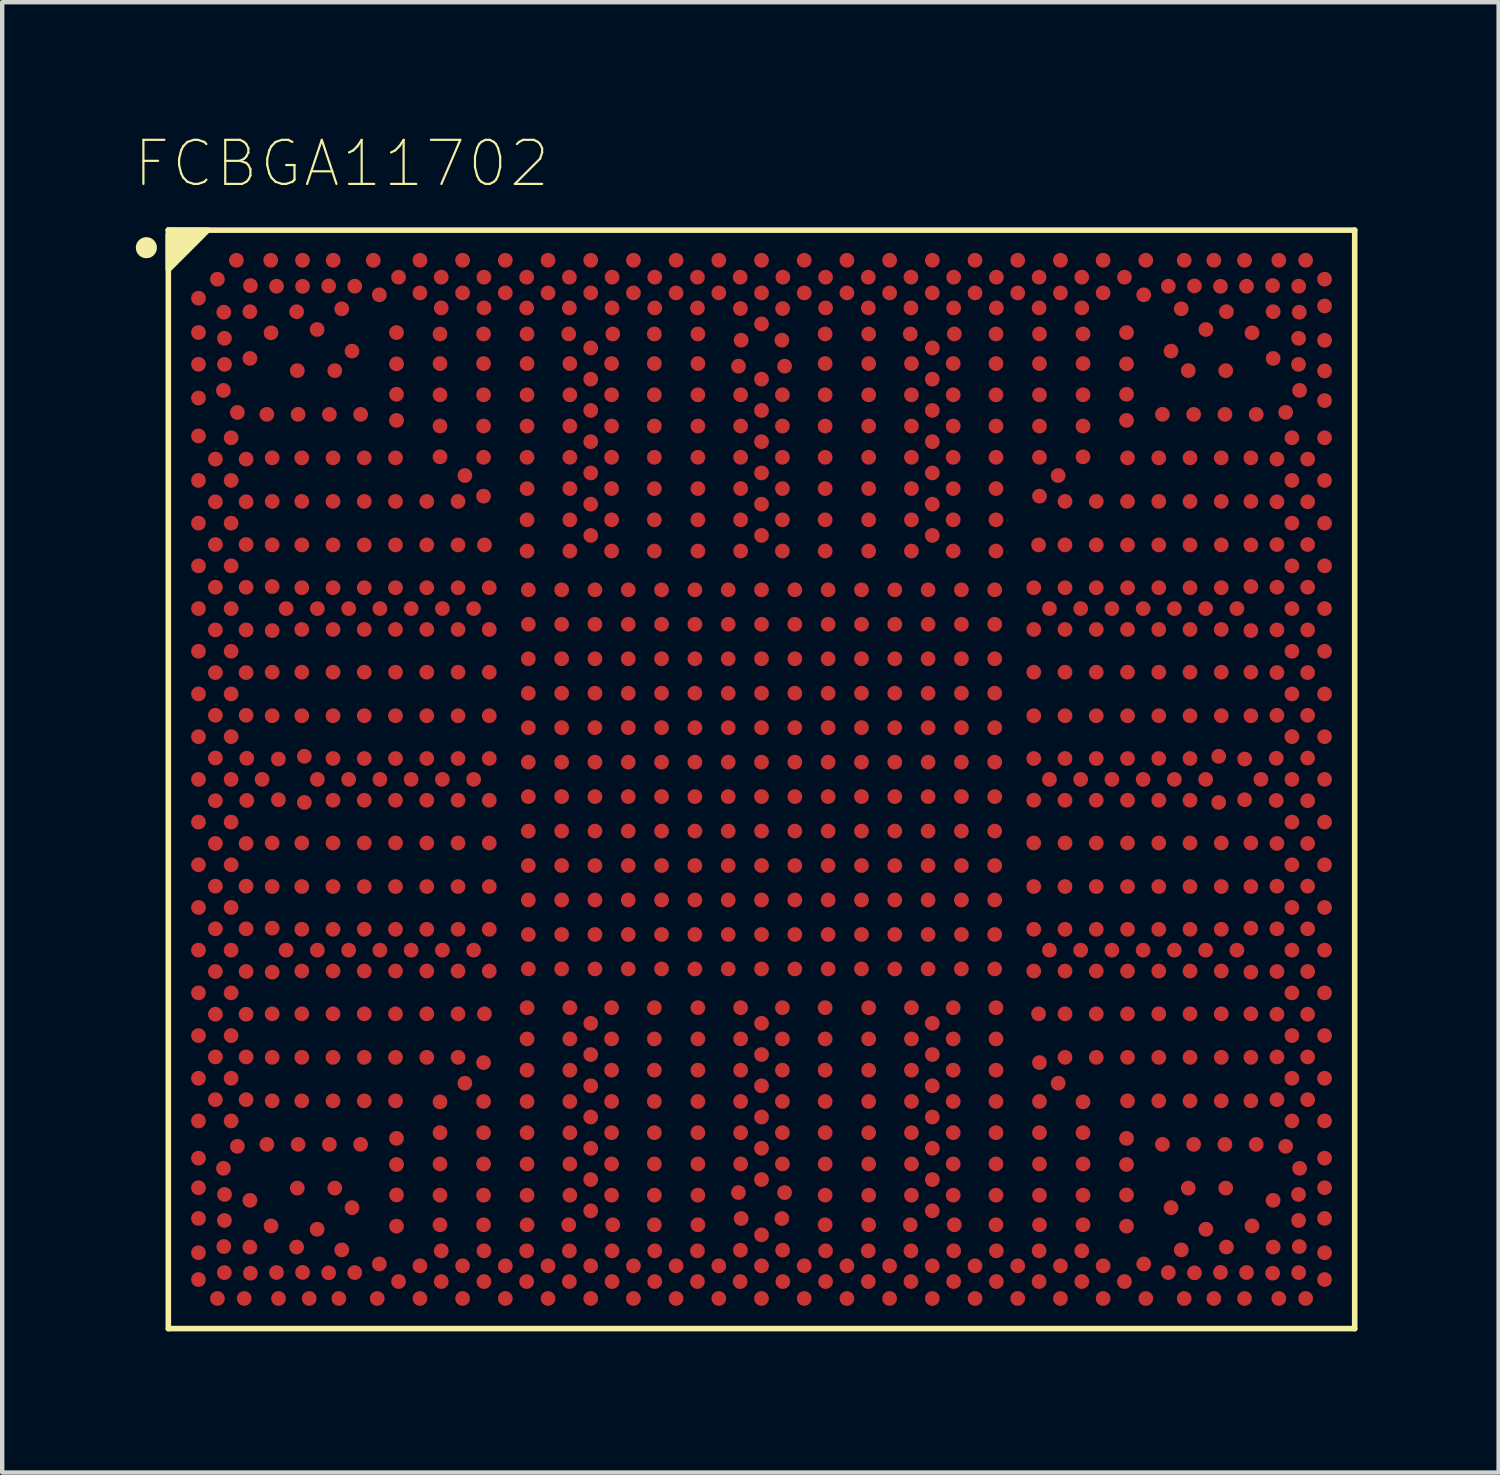
<source format=kicad_pcb>
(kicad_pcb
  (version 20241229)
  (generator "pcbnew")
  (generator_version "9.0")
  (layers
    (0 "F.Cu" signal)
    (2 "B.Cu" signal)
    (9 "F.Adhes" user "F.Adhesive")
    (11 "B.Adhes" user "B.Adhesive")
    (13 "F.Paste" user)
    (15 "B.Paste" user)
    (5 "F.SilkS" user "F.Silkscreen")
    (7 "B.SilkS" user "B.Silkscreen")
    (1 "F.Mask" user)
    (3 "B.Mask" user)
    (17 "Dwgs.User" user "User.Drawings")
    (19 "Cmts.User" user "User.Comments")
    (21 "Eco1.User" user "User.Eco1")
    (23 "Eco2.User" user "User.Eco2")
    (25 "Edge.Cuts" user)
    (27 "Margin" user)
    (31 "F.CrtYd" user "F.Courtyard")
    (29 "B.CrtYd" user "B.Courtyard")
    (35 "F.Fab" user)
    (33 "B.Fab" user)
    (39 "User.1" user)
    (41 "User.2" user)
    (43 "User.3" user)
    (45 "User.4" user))
  (footprint "FCBGA11702"
    (layer "F.Cu")
    (at 14.281 14.687)
    (property "Reference" "FCBGA11702" (at -9.554 -14.013 0) (layer "F.SilkS") (effects (font (size 1.003 1.003) (thickness 0.05))))
    (attr smd)
    (fp_line (start -13.5 -12.5) (end 13.5 -12.5) (stroke (width 0.127) (type solid)) (layer "F.SilkS"))
    (fp_line (start -13.5 12.5) (end -13.5 -12.5) (stroke (width 0.127) (type solid)) (layer "F.SilkS"))
    (fp_line (start 13.5 -12.5) (end 13.5 12.5) (stroke (width 0.127) (type solid)) (layer "F.SilkS"))
    (fp_line (start 13.5 12.5) (end -13.5 12.5) (stroke (width 0.127) (type solid)) (layer "F.SilkS"))
    (fp_circle (center -14 -12.1) (end -13.88 -12.1) (stroke (width 0.24) (type solid)) (fill no) (layer "F.SilkS"))
    (fp_poly (pts (xy -13.5 -12.5) (xy -12.6 -12.5) (xy -13.5 -11.6) (xy -13.5 -12.4) (xy -12.8 -12.4) (xy -13.4 -11.8) (xy -13.4 -12.3) (xy -13 -12.3) (xy -13.3 -12) (xy -13.3 -12.2) (xy -13.1 -12.2)) (stroke (width 0.127) (type solid)) (fill yes) (layer "F.SilkS"))
    (fp_line (start -13.75 -12.75) (end 13.75 -12.75) (stroke (width 0.05) (type solid)) (layer "Eco1.User"))
    (fp_line (start -13.75 12.75) (end -13.75 -12.75) (stroke (width 0.05) (type solid)) (layer "Eco1.User"))
    (fp_line (start 13.75 -12.75) (end 13.75 12.75) (stroke (width 0.05) (type solid)) (layer "Eco1.User"))
    (fp_line (start 13.75 12.75) (end -13.75 12.75) (stroke (width 0.05) (type solid)) (layer "Eco1.User"))
    (fp_line (start -13.5 -12.5) (end 13.5 -12.5) (stroke (width 0.127) (type solid)) (layer "Eco2.User"))
    (fp_line (start -13.5 12.5) (end -13.5 -12.5) (stroke (width 0.127) (type solid)) (layer "Eco2.User"))
    (fp_line (start 13.5 -12.5) (end 13.5 12.5) (stroke (width 0.127) (type solid)) (layer "Eco2.User"))
    (fp_line (start 13.5 12.5) (end -13.5 12.5) (stroke (width 0.127) (type solid)) (layer "Eco2.User"))
    (fp_circle (center -14 -12.1) (end -13.88 -12.1) (stroke (width 0.24) (type solid)) (fill no) (layer "Eco2.User"))
    (pad "A3" smd circle (at -11.951 -11.814 180) (size 0.335 0.335) (layers "F.Cu" "F.Mask" "F.Paste"))
    (pad "A5" smd circle (at -11.17 -11.814 180) (size 0.335 0.335) (layers "F.Cu" "F.Mask" "F.Paste"))
    (pad "A6" smd circle (at -10.447 -11.814 180) (size 0.335 0.335) (layers "F.Cu" "F.Mask" "F.Paste"))
    (pad "A7" smd circle (at -9.748 -11.814 180) (size 0.335 0.335) (layers "F.Cu" "F.Mask" "F.Paste"))
    (pad "A9" smd circle (at -8.836 -11.814 180) (size 0.335 0.335) (layers "F.Cu" "F.Mask" "F.Paste"))
    (pad "A11" smd circle (at -7.774 -11.814 180) (size 0.335 0.335) (layers "F.Cu" "F.Mask" "F.Paste"))
    (pad "A13" smd circle (at -6.803 -11.814 180) (size 0.335 0.335) (layers "F.Cu" "F.Mask" "F.Paste"))
    (pad "A15" smd circle (at -5.831 -11.814 180) (size 0.335 0.335) (layers "F.Cu" "F.Mask" "F.Paste"))
    (pad "A17" smd circle (at -4.859 -11.814 180) (size 0.335 0.335) (layers "F.Cu" "F.Mask" "F.Paste"))
    (pad "A19" smd circle (at -3.887 -11.814 180) (size 0.335 0.335) (layers "F.Cu" "F.Mask" "F.Paste"))
    (pad "A21" smd circle (at -2.915 -11.814 180) (size 0.335 0.335) (layers "F.Cu" "F.Mask" "F.Paste"))
    (pad "A23" smd circle (at -1.944 -11.814 180) (size 0.335 0.335) (layers "F.Cu" "F.Mask" "F.Paste"))
    (pad "A25" smd circle (at -0.972 -11.814 180) (size 0.335 0.335) (layers "F.Cu" "F.Mask" "F.Paste"))
    (pad "A27" smd circle (at 0 -11.814 180) (size 0.335 0.335) (layers "F.Cu" "F.Mask" "F.Paste"))
    (pad "A29" smd circle (at 0.972 -11.814 180) (size 0.335 0.335) (layers "F.Cu" "F.Mask" "F.Paste"))
    (pad "A31" smd circle (at 1.944 -11.814 180) (size 0.335 0.335) (layers "F.Cu" "F.Mask" "F.Paste"))
    (pad "A33" smd circle (at 2.915 -11.814 180) (size 0.335 0.335) (layers "F.Cu" "F.Mask" "F.Paste"))
    (pad "A35" smd circle (at 3.887 -11.814 180) (size 0.335 0.335) (layers "F.Cu" "F.Mask" "F.Paste"))
    (pad "A37" smd circle (at 4.859 -11.814 180) (size 0.335 0.335) (layers "F.Cu" "F.Mask" "F.Paste"))
    (pad "A39" smd circle (at 5.831 -11.814 180) (size 0.335 0.335) (layers "F.Cu" "F.Mask" "F.Paste"))
    (pad "A41" smd circle (at 6.803 -11.814 180) (size 0.335 0.335) (layers "F.Cu" "F.Mask" "F.Paste"))
    (pad "A43" smd circle (at 7.774 -11.814 180) (size 0.335 0.335) (layers "F.Cu" "F.Mask" "F.Paste"))
    (pad "A45" smd circle (at 8.746 -11.814 180) (size 0.335 0.335) (layers "F.Cu" "F.Mask" "F.Paste"))
    (pad "A47" smd circle (at 9.62 -11.814 180) (size 0.335 0.335) (layers "F.Cu" "F.Mask" "F.Paste"))
    (pad "A48" smd circle (at 10.294 -11.814 180) (size 0.335 0.335) (layers "F.Cu" "F.Mask" "F.Paste"))
    (pad "A49" smd circle (at 10.992 -11.814 180) (size 0.335 0.335) (layers "F.Cu" "F.Mask" "F.Paste"))
    (pad "A51" smd circle (at 11.773 -11.814 180) (size 0.335 0.335) (layers "F.Cu" "F.Mask" "F.Paste"))
    (pad "A52" smd circle (at 12.383 -11.814 180) (size 0.335 0.335) (layers "F.Cu" "F.Mask" "F.Paste"))
    (pad "AA1" smd circle (at -12.814 -1.944 180) (size 0.335 0.335) (layers "F.Cu" "F.Mask" "F.Paste"))
    (pad "AA3" smd circle (at -12.071 -1.944 180) (size 0.335 0.335) (layers "F.Cu" "F.Mask" "F.Paste"))
    (pad "AA16" smd circle (at -5.307 -1.961 180) (size 0.335 0.335) (layers "F.Cu" "F.Mask" "F.Paste"))
    (pad "AA18" smd circle (at -4.549 -1.961 180) (size 0.335 0.335) (layers "F.Cu" "F.Mask" "F.Paste"))
    (pad "AA19" smd circle (at -3.791 -1.961 180) (size 0.335 0.335) (layers "F.Cu" "F.Mask" "F.Paste"))
    (pad "AA21" smd circle (at -3.033 -1.961 180) (size 0.335 0.335) (layers "F.Cu" "F.Mask" "F.Paste"))
    (pad "AA22" smd circle (at -2.275 -1.961 180) (size 0.335 0.335) (layers "F.Cu" "F.Mask" "F.Paste"))
    (pad "AA24" smd circle (at -1.516 -1.961 180) (size 0.335 0.335) (layers "F.Cu" "F.Mask" "F.Paste"))
    (pad "AA25" smd circle (at -0.758 -1.961 180) (size 0.335 0.335) (layers "F.Cu" "F.Mask" "F.Paste"))
    (pad "AA27" smd circle (at 0 -1.961 180) (size 0.335 0.335) (layers "F.Cu" "F.Mask" "F.Paste"))
    (pad "AA29" smd circle (at 0.758 -1.961 180) (size 0.335 0.335) (layers "F.Cu" "F.Mask" "F.Paste"))
    (pad "AA30" smd circle (at 1.516 -1.961 180) (size 0.335 0.335) (layers "F.Cu" "F.Mask" "F.Paste"))
    (pad "AA32" smd circle (at 2.275 -1.961 180) (size 0.335 0.335) (layers "F.Cu" "F.Mask" "F.Paste"))
    (pad "AA33" smd circle (at 3.033 -1.961 180) (size 0.335 0.335) (layers "F.Cu" "F.Mask" "F.Paste"))
    (pad "AA35" smd circle (at 3.791 -1.961 180) (size 0.335 0.335) (layers "F.Cu" "F.Mask" "F.Paste"))
    (pad "AA36" smd circle (at 4.549 -1.961 180) (size 0.335 0.335) (layers "F.Cu" "F.Mask" "F.Paste"))
    (pad "AA38" smd circle (at 5.307 -1.961 180) (size 0.335 0.335) (layers "F.Cu" "F.Mask" "F.Paste"))
    (pad "AA51" smd circle (at 12.071 -1.944 180) (size 0.335 0.335) (layers "F.Cu" "F.Mask" "F.Paste"))
    (pad "AA53" smd circle (at 12.814 -1.944 180) (size 0.335 0.335) (layers "F.Cu" "F.Mask" "F.Paste"))
    (pad "AB2" smd circle (at -12.429 -1.458 180) (size 0.335 0.335) (layers "F.Cu" "F.Mask" "F.Paste"))
    (pad "AB3" smd circle (at -11.73 -1.458 180) (size 0.335 0.335) (layers "F.Cu" "F.Mask" "F.Paste"))
    (pad "AB4" smd circle (at -11.137 -1.448 180) (size 0.335 0.335) (layers "F.Cu" "F.Mask" "F.Paste"))
    (pad "AB6" smd circle (at -10.463 -1.448 180) (size 0.335 0.335) (layers "F.Cu" "F.Mask" "F.Paste"))
    (pad "AB7" smd circle (at -9.752 -1.448 180) (size 0.335 0.335) (layers "F.Cu" "F.Mask" "F.Paste"))
    (pad "AB9" smd circle (at -9.041 -1.448 180) (size 0.335 0.335) (layers "F.Cu" "F.Mask" "F.Paste"))
    (pad "AB10" smd circle (at -8.33 -1.448 180) (size 0.335 0.335) (layers "F.Cu" "F.Mask" "F.Paste"))
    (pad "AB12" smd circle (at -7.618 -1.448 180) (size 0.335 0.335) (layers "F.Cu" "F.Mask" "F.Paste"))
    (pad "AB13" smd circle (at -6.907 -1.448 180) (size 0.335 0.335) (layers "F.Cu" "F.Mask" "F.Paste"))
    (pad "AB14" smd circle (at -6.196 -1.448 180) (size 0.335 0.335) (layers "F.Cu" "F.Mask" "F.Paste"))
    (pad "AB40" smd circle (at 6.196 -1.448 180) (size 0.335 0.335) (layers "F.Cu" "F.Mask" "F.Paste"))
    (pad "AB41" smd circle (at 6.907 -1.448 180) (size 0.335 0.335) (layers "F.Cu" "F.Mask" "F.Paste"))
    (pad "AB42" smd circle (at 7.618 -1.448 180) (size 0.335 0.335) (layers "F.Cu" "F.Mask" "F.Paste"))
    (pad "AB44" smd circle (at 8.33 -1.448 180) (size 0.335 0.335) (layers "F.Cu" "F.Mask" "F.Paste"))
    (pad "AB45" smd circle (at 9.041 -1.448 180) (size 0.335 0.335) (layers "F.Cu" "F.Mask" "F.Paste"))
    (pad "AB47" smd circle (at 9.752 -1.448 180) (size 0.335 0.335) (layers "F.Cu" "F.Mask" "F.Paste"))
    (pad "AB48" smd circle (at 10.463 -1.448 180) (size 0.335 0.335) (layers "F.Cu" "F.Mask" "F.Paste"))
    (pad "AB50" smd circle (at 11.137 -1.448 180) (size 0.335 0.335) (layers "F.Cu" "F.Mask" "F.Paste"))
    (pad "AB51" smd circle (at 11.73 -1.458 180) (size 0.335 0.335) (layers "F.Cu" "F.Mask" "F.Paste"))
    (pad "AB52" smd circle (at 12.429 -1.458 180) (size 0.335 0.335) (layers "F.Cu" "F.Mask" "F.Paste"))
    (pad "AC1" smd circle (at -12.814 -0.972 180) (size 0.335 0.335) (layers "F.Cu" "F.Mask" "F.Paste"))
    (pad "AC3" smd circle (at -12.071 -0.972 180) (size 0.335 0.335) (layers "F.Cu" "F.Mask" "F.Paste"))
    (pad "AC16" smd circle (at -5.307 -1.177 180) (size 0.335 0.335) (layers "F.Cu" "F.Mask" "F.Paste"))
    (pad "AC18" smd circle (at -4.549 -1.177 180) (size 0.335 0.335) (layers "F.Cu" "F.Mask" "F.Paste"))
    (pad "AC19" smd circle (at -3.791 -1.177 180) (size 0.335 0.335) (layers "F.Cu" "F.Mask" "F.Paste"))
    (pad "AC21" smd circle (at -3.033 -1.177 180) (size 0.335 0.335) (layers "F.Cu" "F.Mask" "F.Paste"))
    (pad "AC22" smd circle (at -2.275 -1.177 180) (size 0.335 0.335) (layers "F.Cu" "F.Mask" "F.Paste"))
    (pad "AC24" smd circle (at -1.516 -1.177 180) (size 0.335 0.335) (layers "F.Cu" "F.Mask" "F.Paste"))
    (pad "AC25" smd circle (at -0.758 -1.177 180) (size 0.335 0.335) (layers "F.Cu" "F.Mask" "F.Paste"))
    (pad "AC27" smd circle (at 0 -1.177 180) (size 0.335 0.335) (layers "F.Cu" "F.Mask" "F.Paste"))
    (pad "AC29" smd circle (at 0.758 -1.177 180) (size 0.335 0.335) (layers "F.Cu" "F.Mask" "F.Paste"))
    (pad "AC30" smd circle (at 1.516 -1.177 180) (size 0.335 0.335) (layers "F.Cu" "F.Mask" "F.Paste"))
    (pad "AC32" smd circle (at 2.275 -1.177 180) (size 0.335 0.335) (layers "F.Cu" "F.Mask" "F.Paste"))
    (pad "AC33" smd circle (at 3.033 -1.177 180) (size 0.335 0.335) (layers "F.Cu" "F.Mask" "F.Paste"))
    (pad "AC35" smd circle (at 3.791 -1.177 180) (size 0.335 0.335) (layers "F.Cu" "F.Mask" "F.Paste"))
    (pad "AC36" smd circle (at 4.549 -1.177 180) (size 0.335 0.335) (layers "F.Cu" "F.Mask" "F.Paste"))
    (pad "AC38" smd circle (at 5.307 -1.177 180) (size 0.335 0.335) (layers "F.Cu" "F.Mask" "F.Paste"))
    (pad "AC51" smd circle (at 12.071 -0.972 180) (size 0.335 0.335) (layers "F.Cu" "F.Mask" "F.Paste"))
    (pad "AC53" smd circle (at 12.814 -0.972 180) (size 0.335 0.335) (layers "F.Cu" "F.Mask" "F.Paste"))
    (pad "AD2" smd circle (at -12.429 -0.486 180) (size 0.335 0.335) (layers "F.Cu" "F.Mask" "F.Paste"))
    (pad "AD3" smd circle (at -11.715 -0.48 180) (size 0.335 0.335) (layers "F.Cu" "F.Mask" "F.Paste"))
    (pad "AD4" smd circle (at -10.995 -0.463 180) (size 0.335 0.335) (layers "F.Cu" "F.Mask" "F.Paste"))
    (pad "AD6" smd circle (at -10.404 -0.525 180) (size 0.335 0.335) (layers "F.Cu" "F.Mask" "F.Paste"))
    (pad "AD7" smd circle (at -9.752 -0.475 180) (size 0.335 0.335) (layers "F.Cu" "F.Mask" "F.Paste"))
    (pad "AD9" smd circle (at -9.041 -0.475 180) (size 0.335 0.335) (layers "F.Cu" "F.Mask" "F.Paste"))
    (pad "AD10" smd circle (at -8.33 -0.475 180) (size 0.335 0.335) (layers "F.Cu" "F.Mask" "F.Paste"))
    (pad "AD12" smd circle (at -7.618 -0.475 180) (size 0.335 0.335) (layers "F.Cu" "F.Mask" "F.Paste"))
    (pad "AD13" smd circle (at -6.907 -0.475 180) (size 0.335 0.335) (layers "F.Cu" "F.Mask" "F.Paste"))
    (pad "AD14" smd circle (at -6.196 -0.475 180) (size 0.335 0.335) (layers "F.Cu" "F.Mask" "F.Paste"))
    (pad "AD16" smd circle (at -5.307 -0.392 180) (size 0.335 0.335) (layers "F.Cu" "F.Mask" "F.Paste"))
    (pad "AD18" smd circle (at -4.549 -0.392 180) (size 0.335 0.335) (layers "F.Cu" "F.Mask" "F.Paste"))
    (pad "AD19" smd circle (at -3.791 -0.392 180) (size 0.335 0.335) (layers "F.Cu" "F.Mask" "F.Paste"))
    (pad "AD21" smd circle (at -3.033 -0.392 180) (size 0.335 0.335) (layers "F.Cu" "F.Mask" "F.Paste"))
    (pad "AD22" smd circle (at -2.275 -0.392 180) (size 0.335 0.335) (layers "F.Cu" "F.Mask" "F.Paste"))
    (pad "AD24" smd circle (at -1.516 -0.392 180) (size 0.335 0.335) (layers "F.Cu" "F.Mask" "F.Paste"))
    (pad "AD25" smd circle (at -0.758 -0.392 180) (size 0.335 0.335) (layers "F.Cu" "F.Mask" "F.Paste"))
    (pad "AD27" smd circle (at 0 -0.392 180) (size 0.335 0.335) (layers "F.Cu" "F.Mask" "F.Paste"))
    (pad "AD29" smd circle (at 0.758 -0.392 180) (size 0.335 0.335) (layers "F.Cu" "F.Mask" "F.Paste"))
    (pad "AD30" smd circle (at 1.516 -0.392 180) (size 0.335 0.335) (layers "F.Cu" "F.Mask" "F.Paste"))
    (pad "AD32" smd circle (at 2.275 -0.392 180) (size 0.335 0.335) (layers "F.Cu" "F.Mask" "F.Paste"))
    (pad "AD33" smd circle (at 3.033 -0.392 180) (size 0.335 0.335) (layers "F.Cu" "F.Mask" "F.Paste"))
    (pad "AD35" smd circle (at 3.791 -0.392 180) (size 0.335 0.335) (layers "F.Cu" "F.Mask" "F.Paste"))
    (pad "AD36" smd circle (at 4.549 -0.392 180) (size 0.335 0.335) (layers "F.Cu" "F.Mask" "F.Paste"))
    (pad "AD38" smd circle (at 5.307 -0.392 180) (size 0.335 0.335) (layers "F.Cu" "F.Mask" "F.Paste"))
    (pad "AD40" smd circle (at 6.196 -0.475 180) (size 0.335 0.335) (layers "F.Cu" "F.Mask" "F.Paste"))
    (pad "AD41" smd circle (at 6.907 -0.475 180) (size 0.335 0.335) (layers "F.Cu" "F.Mask" "F.Paste"))
    (pad "AD42" smd circle (at 7.618 -0.475 180) (size 0.335 0.335) (layers "F.Cu" "F.Mask" "F.Paste"))
    (pad "AD44" smd circle (at 8.33 -0.475 180) (size 0.335 0.335) (layers "F.Cu" "F.Mask" "F.Paste"))
    (pad "AD45" smd circle (at 9.041 -0.475 180) (size 0.335 0.335) (layers "F.Cu" "F.Mask" "F.Paste"))
    (pad "AD47" smd circle (at 9.752 -0.475 180) (size 0.335 0.335) (layers "F.Cu" "F.Mask" "F.Paste"))
    (pad "AD48" smd circle (at 10.404 -0.525 180) (size 0.335 0.335) (layers "F.Cu" "F.Mask" "F.Paste"))
    (pad "AD50" smd circle (at 10.995 -0.463 180) (size 0.335 0.335) (layers "F.Cu" "F.Mask" "F.Paste"))
    (pad "AD51" smd circle (at 11.715 -0.48 180) (size 0.335 0.335) (layers "F.Cu" "F.Mask" "F.Paste"))
    (pad "AD52" smd circle (at 12.429 -0.486 180) (size 0.335 0.335) (layers "F.Cu" "F.Mask" "F.Paste"))
    (pad "AE1" smd circle (at -12.814 0 180) (size 0.335 0.335) (layers "F.Cu" "F.Mask" "F.Paste"))
    (pad "AE3" smd circle (at -12.071 0 180) (size 0.335 0.335) (layers "F.Cu" "F.Mask" "F.Paste"))
    (pad "AE4" smd circle (at -11.366 0 180) (size 0.335 0.335) (layers "F.Cu" "F.Mask" "F.Paste"))
    (pad "AE6" smd circle (at -10.108 0 180) (size 0.335 0.335) (layers "F.Cu" "F.Mask" "F.Paste"))
    (pad "AE8" smd circle (at -9.396 0 180) (size 0.335 0.335) (layers "F.Cu" "F.Mask" "F.Paste"))
    (pad "AE9" smd circle (at -8.685 0 180) (size 0.335 0.335) (layers "F.Cu" "F.Mask" "F.Paste"))
    (pad "AE11" smd circle (at -7.974 0 180) (size 0.335 0.335) (layers "F.Cu" "F.Mask" "F.Paste"))
    (pad "AE12" smd circle (at -7.263 0 180) (size 0.335 0.335) (layers "F.Cu" "F.Mask" "F.Paste"))
    (pad "AE14" smd circle (at -6.552 0 180) (size 0.335 0.335) (layers "F.Cu" "F.Mask" "F.Paste"))
    (pad "AE40" smd circle (at 6.552 0 180) (size 0.335 0.335) (layers "F.Cu" "F.Mask" "F.Paste"))
    (pad "AE42" smd circle (at 7.263 0 180) (size 0.335 0.335) (layers "F.Cu" "F.Mask" "F.Paste"))
    (pad "AE43" smd circle (at 7.974 0 180) (size 0.335 0.335) (layers "F.Cu" "F.Mask" "F.Paste"))
    (pad "AE45" smd circle (at 8.685 0 180) (size 0.335 0.335) (layers "F.Cu" "F.Mask" "F.Paste"))
    (pad "AE46" smd circle (at 9.396 0 180) (size 0.335 0.335) (layers "F.Cu" "F.Mask" "F.Paste"))
    (pad "AE48" smd circle (at 10.108 0 180) (size 0.335 0.335) (layers "F.Cu" "F.Mask" "F.Paste"))
    (pad "AE50" smd circle (at 11.366 0 180) (size 0.335 0.335) (layers "F.Cu" "F.Mask" "F.Paste"))
    (pad "AE51" smd circle (at 12.071 0 180) (size 0.335 0.335) (layers "F.Cu" "F.Mask" "F.Paste"))
    (pad "AE53" smd circle (at 12.814 0 180) (size 0.335 0.335) (layers "F.Cu" "F.Mask" "F.Paste"))
    (pad "AF2" smd circle (at -12.429 0.486 180) (size 0.335 0.335) (layers "F.Cu" "F.Mask" "F.Paste"))
    (pad "AF3" smd circle (at -11.715 0.48 180) (size 0.335 0.335) (layers "F.Cu" "F.Mask" "F.Paste"))
    (pad "AF4" smd circle (at -10.995 0.463 180) (size 0.335 0.335) (layers "F.Cu" "F.Mask" "F.Paste"))
    (pad "AF6" smd circle (at -10.404 0.525 180) (size 0.335 0.335) (layers "F.Cu" "F.Mask" "F.Paste"))
    (pad "AF7" smd circle (at -9.752 0.475 180) (size 0.335 0.335) (layers "F.Cu" "F.Mask" "F.Paste"))
    (pad "AF9" smd circle (at -9.041 0.475 180) (size 0.335 0.335) (layers "F.Cu" "F.Mask" "F.Paste"))
    (pad "AF10" smd circle (at -8.33 0.475 180) (size 0.335 0.335) (layers "F.Cu" "F.Mask" "F.Paste"))
    (pad "AF12" smd circle (at -7.618 0.475 180) (size 0.335 0.335) (layers "F.Cu" "F.Mask" "F.Paste"))
    (pad "AF13" smd circle (at -6.907 0.475 180) (size 0.335 0.335) (layers "F.Cu" "F.Mask" "F.Paste"))
    (pad "AF14" smd circle (at -6.196 0.475 180) (size 0.335 0.335) (layers "F.Cu" "F.Mask" "F.Paste"))
    (pad "AF16" smd circle (at -5.307 0.392 180) (size 0.335 0.335) (layers "F.Cu" "F.Mask" "F.Paste"))
    (pad "AF18" smd circle (at -4.549 0.392 180) (size 0.335 0.335) (layers "F.Cu" "F.Mask" "F.Paste"))
    (pad "AF19" smd circle (at -3.791 0.392 180) (size 0.335 0.335) (layers "F.Cu" "F.Mask" "F.Paste"))
    (pad "AF21" smd circle (at -3.033 0.392 180) (size 0.335 0.335) (layers "F.Cu" "F.Mask" "F.Paste"))
    (pad "AF22" smd circle (at -2.275 0.392 180) (size 0.335 0.335) (layers "F.Cu" "F.Mask" "F.Paste"))
    (pad "AF24" smd circle (at -1.516 0.392 180) (size 0.335 0.335) (layers "F.Cu" "F.Mask" "F.Paste"))
    (pad "AF25" smd circle (at -0.758 0.392 180) (size 0.335 0.335) (layers "F.Cu" "F.Mask" "F.Paste"))
    (pad "AF27" smd circle (at 0 0.392 180) (size 0.335 0.335) (layers "F.Cu" "F.Mask" "F.Paste"))
    (pad "AF29" smd circle (at 0.758 0.392 180) (size 0.335 0.335) (layers "F.Cu" "F.Mask" "F.Paste"))
    (pad "AF30" smd circle (at 1.516 0.392 180) (size 0.335 0.335) (layers "F.Cu" "F.Mask" "F.Paste"))
    (pad "AF32" smd circle (at 2.275 0.392 180) (size 0.335 0.335) (layers "F.Cu" "F.Mask" "F.Paste"))
    (pad "AF33" smd circle (at 3.033 0.392 180) (size 0.335 0.335) (layers "F.Cu" "F.Mask" "F.Paste"))
    (pad "AF35" smd circle (at 3.791 0.392 180) (size 0.335 0.335) (layers "F.Cu" "F.Mask" "F.Paste"))
    (pad "AF36" smd circle (at 4.549 0.392 180) (size 0.335 0.335) (layers "F.Cu" "F.Mask" "F.Paste"))
    (pad "AF38" smd circle (at 5.307 0.392 180) (size 0.335 0.335) (layers "F.Cu" "F.Mask" "F.Paste"))
    (pad "AF40" smd circle (at 6.196 0.475 180) (size 0.335 0.335) (layers "F.Cu" "F.Mask" "F.Paste"))
    (pad "AF41" smd circle (at 6.907 0.475 180) (size 0.335 0.335) (layers "F.Cu" "F.Mask" "F.Paste"))
    (pad "AF42" smd circle (at 7.618 0.475 180) (size 0.335 0.335) (layers "F.Cu" "F.Mask" "F.Paste"))
    (pad "AF44" smd circle (at 8.33 0.475 180) (size 0.335 0.335) (layers "F.Cu" "F.Mask" "F.Paste"))
    (pad "AF45" smd circle (at 9.041 0.475 180) (size 0.335 0.335) (layers "F.Cu" "F.Mask" "F.Paste"))
    (pad "AF47" smd circle (at 9.752 0.475 180) (size 0.335 0.335) (layers "F.Cu" "F.Mask" "F.Paste"))
    (pad "AF48" smd circle (at 10.404 0.525 180) (size 0.335 0.335) (layers "F.Cu" "F.Mask" "F.Paste"))
    (pad "AF50" smd circle (at 10.995 0.463 180) (size 0.335 0.335) (layers "F.Cu" "F.Mask" "F.Paste"))
    (pad "AF51" smd circle (at 11.715 0.48 180) (size 0.335 0.335) (layers "F.Cu" "F.Mask" "F.Paste"))
    (pad "AF52" smd circle (at 12.429 0.486 180) (size 0.335 0.335) (layers "F.Cu" "F.Mask" "F.Paste"))
    (pad "AG1" smd circle (at -12.814 0.972 180) (size 0.335 0.335) (layers "F.Cu" "F.Mask" "F.Paste"))
    (pad "AG3" smd circle (at -12.071 0.972 180) (size 0.335 0.335) (layers "F.Cu" "F.Mask" "F.Paste"))
    (pad "AG16" smd circle (at -5.307 1.177 180) (size 0.335 0.335) (layers "F.Cu" "F.Mask" "F.Paste"))
    (pad "AG18" smd circle (at -4.549 1.177 180) (size 0.335 0.335) (layers "F.Cu" "F.Mask" "F.Paste"))
    (pad "AG19" smd circle (at -3.791 1.177 180) (size 0.335 0.335) (layers "F.Cu" "F.Mask" "F.Paste"))
    (pad "AG21" smd circle (at -3.033 1.177 180) (size 0.335 0.335) (layers "F.Cu" "F.Mask" "F.Paste"))
    (pad "AG22" smd circle (at -2.275 1.177 180) (size 0.335 0.335) (layers "F.Cu" "F.Mask" "F.Paste"))
    (pad "AG24" smd circle (at -1.516 1.177 180) (size 0.335 0.335) (layers "F.Cu" "F.Mask" "F.Paste"))
    (pad "AG25" smd circle (at -0.758 1.177 180) (size 0.335 0.335) (layers "F.Cu" "F.Mask" "F.Paste"))
    (pad "AG27" smd circle (at 0 1.177 180) (size 0.335 0.335) (layers "F.Cu" "F.Mask" "F.Paste"))
    (pad "AG29" smd circle (at 0.758 1.177 180) (size 0.335 0.335) (layers "F.Cu" "F.Mask" "F.Paste"))
    (pad "AG30" smd circle (at 1.516 1.177 180) (size 0.335 0.335) (layers "F.Cu" "F.Mask" "F.Paste"))
    (pad "AG32" smd circle (at 2.275 1.177 180) (size 0.335 0.335) (layers "F.Cu" "F.Mask" "F.Paste"))
    (pad "AG33" smd circle (at 3.033 1.177 180) (size 0.335 0.335) (layers "F.Cu" "F.Mask" "F.Paste"))
    (pad "AG35" smd circle (at 3.791 1.177 180) (size 0.335 0.335) (layers "F.Cu" "F.Mask" "F.Paste"))
    (pad "AG36" smd circle (at 4.549 1.177 180) (size 0.335 0.335) (layers "F.Cu" "F.Mask" "F.Paste"))
    (pad "AG38" smd circle (at 5.307 1.177 180) (size 0.335 0.335) (layers "F.Cu" "F.Mask" "F.Paste"))
    (pad "AG51" smd circle (at 12.071 0.972 180) (size 0.335 0.335) (layers "F.Cu" "F.Mask" "F.Paste"))
    (pad "AG53" smd circle (at 12.814 0.972 180) (size 0.335 0.335) (layers "F.Cu" "F.Mask" "F.Paste"))
    (pad "AH2" smd circle (at -12.429 1.458 180) (size 0.335 0.335) (layers "F.Cu" "F.Mask" "F.Paste"))
    (pad "AH3" smd circle (at -11.73 1.458 180) (size 0.335 0.335) (layers "F.Cu" "F.Mask" "F.Paste"))
    (pad "AH4" smd circle (at -11.137 1.448 180) (size 0.335 0.335) (layers "F.Cu" "F.Mask" "F.Paste"))
    (pad "AH6" smd circle (at -10.463 1.448 180) (size 0.335 0.335) (layers "F.Cu" "F.Mask" "F.Paste"))
    (pad "AH7" smd circle (at -9.752 1.448 180) (size 0.335 0.335) (layers "F.Cu" "F.Mask" "F.Paste"))
    (pad "AH9" smd circle (at -9.041 1.448 180) (size 0.335 0.335) (layers "F.Cu" "F.Mask" "F.Paste"))
    (pad "AH10" smd circle (at -8.33 1.448 180) (size 0.335 0.335) (layers "F.Cu" "F.Mask" "F.Paste"))
    (pad "AH12" smd circle (at -7.618 1.448 180) (size 0.335 0.335) (layers "F.Cu" "F.Mask" "F.Paste"))
    (pad "AH13" smd circle (at -6.907 1.448 180) (size 0.335 0.335) (layers "F.Cu" "F.Mask" "F.Paste"))
    (pad "AH14" smd circle (at -6.196 1.448 180) (size 0.335 0.335) (layers "F.Cu" "F.Mask" "F.Paste"))
    (pad "AH40" smd circle (at 6.196 1.448 180) (size 0.335 0.335) (layers "F.Cu" "F.Mask" "F.Paste"))
    (pad "AH41" smd circle (at 6.907 1.448 180) (size 0.335 0.335) (layers "F.Cu" "F.Mask" "F.Paste"))
    (pad "AH42" smd circle (at 7.618 1.448 180) (size 0.335 0.335) (layers "F.Cu" "F.Mask" "F.Paste"))
    (pad "AH44" smd circle (at 8.33 1.448 180) (size 0.335 0.335) (layers "F.Cu" "F.Mask" "F.Paste"))
    (pad "AH45" smd circle (at 9.041 1.448 180) (size 0.335 0.335) (layers "F.Cu" "F.Mask" "F.Paste"))
    (pad "AH47" smd circle (at 9.752 1.448 180) (size 0.335 0.335) (layers "F.Cu" "F.Mask" "F.Paste"))
    (pad "AH48" smd circle (at 10.463 1.448 180) (size 0.335 0.335) (layers "F.Cu" "F.Mask" "F.Paste"))
    (pad "AH50" smd circle (at 11.137 1.448 180) (size 0.335 0.335) (layers "F.Cu" "F.Mask" "F.Paste"))
    (pad "AH51" smd circle (at 11.73 1.458 180) (size 0.335 0.335) (layers "F.Cu" "F.Mask" "F.Paste"))
    (pad "AH52" smd circle (at 12.429 1.458 180) (size 0.335 0.335) (layers "F.Cu" "F.Mask" "F.Paste"))
    (pad "AJ1" smd circle (at -12.814 1.944 180) (size 0.335 0.335) (layers "F.Cu" "F.Mask" "F.Paste"))
    (pad "AJ3" smd circle (at -12.071 1.944 180) (size 0.335 0.335) (layers "F.Cu" "F.Mask" "F.Paste"))
    (pad "AJ16" smd circle (at -5.307 1.961 180) (size 0.335 0.335) (layers "F.Cu" "F.Mask" "F.Paste"))
    (pad "AJ18" smd circle (at -4.549 1.961 180) (size 0.335 0.335) (layers "F.Cu" "F.Mask" "F.Paste"))
    (pad "AJ19" smd circle (at -3.791 1.961 180) (size 0.335 0.335) (layers "F.Cu" "F.Mask" "F.Paste"))
    (pad "AJ21" smd circle (at -3.033 1.961 180) (size 0.335 0.335) (layers "F.Cu" "F.Mask" "F.Paste"))
    (pad "AJ22" smd circle (at -2.275 1.961 180) (size 0.335 0.335) (layers "F.Cu" "F.Mask" "F.Paste"))
    (pad "AJ24" smd circle (at -1.516 1.961 180) (size 0.335 0.335) (layers "F.Cu" "F.Mask" "F.Paste"))
    (pad "AJ25" smd circle (at -0.758 1.961 180) (size 0.335 0.335) (layers "F.Cu" "F.Mask" "F.Paste"))
    (pad "AJ27" smd circle (at 0 1.961 180) (size 0.335 0.335) (layers "F.Cu" "F.Mask" "F.Paste"))
    (pad "AJ29" smd circle (at 0.758 1.961 180) (size 0.335 0.335) (layers "F.Cu" "F.Mask" "F.Paste"))
    (pad "AJ30" smd circle (at 1.516 1.961 180) (size 0.335 0.335) (layers "F.Cu" "F.Mask" "F.Paste"))
    (pad "AJ32" smd circle (at 2.275 1.961 180) (size 0.335 0.335) (layers "F.Cu" "F.Mask" "F.Paste"))
    (pad "AJ33" smd circle (at 3.033 1.961 180) (size 0.335 0.335) (layers "F.Cu" "F.Mask" "F.Paste"))
    (pad "AJ35" smd circle (at 3.791 1.961 180) (size 0.335 0.335) (layers "F.Cu" "F.Mask" "F.Paste"))
    (pad "AJ36" smd circle (at 4.549 1.961 180) (size 0.335 0.335) (layers "F.Cu" "F.Mask" "F.Paste"))
    (pad "AJ38" smd circle (at 5.307 1.961 180) (size 0.335 0.335) (layers "F.Cu" "F.Mask" "F.Paste"))
    (pad "AJ51" smd circle (at 12.071 1.944 180) (size 0.335 0.335) (layers "F.Cu" "F.Mask" "F.Paste"))
    (pad "AJ53" smd circle (at 12.814 1.944 180) (size 0.335 0.335) (layers "F.Cu" "F.Mask" "F.Paste"))
    (pad "AK2" smd circle (at -12.429 2.43 180) (size 0.335 0.335) (layers "F.Cu" "F.Mask" "F.Paste"))
    (pad "AK3" smd circle (at -11.73 2.43 180) (size 0.335 0.335) (layers "F.Cu" "F.Mask" "F.Paste"))
    (pad "AK4" smd circle (at -11.137 2.439 180) (size 0.335 0.335) (layers "F.Cu" "F.Mask" "F.Paste"))
    (pad "AK6" smd circle (at -10.463 2.439 180) (size 0.335 0.335) (layers "F.Cu" "F.Mask" "F.Paste"))
    (pad "AK7" smd circle (at -9.752 2.439 180) (size 0.335 0.335) (layers "F.Cu" "F.Mask" "F.Paste"))
    (pad "AK9" smd circle (at -9.041 2.439 180) (size 0.335 0.335) (layers "F.Cu" "F.Mask" "F.Paste"))
    (pad "AK10" smd circle (at -8.33 2.439 180) (size 0.335 0.335) (layers "F.Cu" "F.Mask" "F.Paste"))
    (pad "AK12" smd circle (at -7.618 2.439 180) (size 0.335 0.335) (layers "F.Cu" "F.Mask" "F.Paste"))
    (pad "AK13" smd circle (at -6.907 2.439 180) (size 0.335 0.335) (layers "F.Cu" "F.Mask" "F.Paste"))
    (pad "AK14" smd circle (at -6.196 2.439 180) (size 0.335 0.335) (layers "F.Cu" "F.Mask" "F.Paste"))
    (pad "AK16" smd circle (at -5.307 2.745 180) (size 0.335 0.335) (layers "F.Cu" "F.Mask" "F.Paste"))
    (pad "AK18" smd circle (at -4.549 2.745 180) (size 0.335 0.335) (layers "F.Cu" "F.Mask" "F.Paste"))
    (pad "AK19" smd circle (at -3.791 2.745 180) (size 0.335 0.335) (layers "F.Cu" "F.Mask" "F.Paste"))
    (pad "AK21" smd circle (at -3.033 2.745 180) (size 0.335 0.335) (layers "F.Cu" "F.Mask" "F.Paste"))
    (pad "AK22" smd circle (at -2.275 2.745 180) (size 0.335 0.335) (layers "F.Cu" "F.Mask" "F.Paste"))
    (pad "AK24" smd circle (at -1.516 2.745 180) (size 0.335 0.335) (layers "F.Cu" "F.Mask" "F.Paste"))
    (pad "AK25" smd circle (at -0.758 2.745 180) (size 0.335 0.335) (layers "F.Cu" "F.Mask" "F.Paste"))
    (pad "AK27" smd circle (at 0 2.745 180) (size 0.335 0.335) (layers "F.Cu" "F.Mask" "F.Paste"))
    (pad "AK29" smd circle (at 0.758 2.745 180) (size 0.335 0.335) (layers "F.Cu" "F.Mask" "F.Paste"))
    (pad "AK30" smd circle (at 1.516 2.745 180) (size 0.335 0.335) (layers "F.Cu" "F.Mask" "F.Paste"))
    (pad "AK32" smd circle (at 2.275 2.745 180) (size 0.335 0.335) (layers "F.Cu" "F.Mask" "F.Paste"))
    (pad "AK33" smd circle (at 3.033 2.745 180) (size 0.335 0.335) (layers "F.Cu" "F.Mask" "F.Paste"))
    (pad "AK35" smd circle (at 3.791 2.745 180) (size 0.335 0.335) (layers "F.Cu" "F.Mask" "F.Paste"))
    (pad "AK36" smd circle (at 4.549 2.745 180) (size 0.335 0.335) (layers "F.Cu" "F.Mask" "F.Paste"))
    (pad "AK38" smd circle (at 5.307 2.745 180) (size 0.335 0.335) (layers "F.Cu" "F.Mask" "F.Paste"))
    (pad "AK40" smd circle (at 6.196 2.439 180) (size 0.335 0.335) (layers "F.Cu" "F.Mask" "F.Paste"))
    (pad "AK41" smd circle (at 6.907 2.439 180) (size 0.335 0.335) (layers "F.Cu" "F.Mask" "F.Paste"))
    (pad "AK42" smd circle (at 7.618 2.439 180) (size 0.335 0.335) (layers "F.Cu" "F.Mask" "F.Paste"))
    (pad "AK44" smd circle (at 8.33 2.439 180) (size 0.335 0.335) (layers "F.Cu" "F.Mask" "F.Paste"))
    (pad "AK45" smd circle (at 9.041 2.439 180) (size 0.335 0.335) (layers "F.Cu" "F.Mask" "F.Paste"))
    (pad "AK47" smd circle (at 9.752 2.439 180) (size 0.335 0.335) (layers "F.Cu" "F.Mask" "F.Paste"))
    (pad "AK48" smd circle (at 10.463 2.439 180) (size 0.335 0.335) (layers "F.Cu" "F.Mask" "F.Paste"))
    (pad "AK50" smd circle (at 11.137 2.439 180) (size 0.335 0.335) (layers "F.Cu" "F.Mask" "F.Paste"))
    (pad "AK51" smd circle (at 11.73 2.43 180) (size 0.335 0.335) (layers "F.Cu" "F.Mask" "F.Paste"))
    (pad "AK52" smd circle (at 12.429 2.43 180) (size 0.335 0.335) (layers "F.Cu" "F.Mask" "F.Paste"))
    (pad "AL1" smd circle (at -12.814 2.915 180) (size 0.335 0.335) (layers "F.Cu" "F.Mask" "F.Paste"))
    (pad "AL3" smd circle (at -12.071 2.915 180) (size 0.335 0.335) (layers "F.Cu" "F.Mask" "F.Paste"))
    (pad "AL51" smd circle (at 12.071 2.915 180) (size 0.335 0.335) (layers "F.Cu" "F.Mask" "F.Paste"))
    (pad "AL53" smd circle (at 12.814 2.915 180) (size 0.335 0.335) (layers "F.Cu" "F.Mask" "F.Paste"))
    (pad "AM2" smd circle (at -12.429 3.401 180) (size 0.335 0.335) (layers "F.Cu" "F.Mask" "F.Paste"))
    (pad "AM3" smd circle (at -11.73 3.401 180) (size 0.335 0.335) (layers "F.Cu" "F.Mask" "F.Paste"))
    (pad "AM4" smd circle (at -11.137 3.386 180) (size 0.335 0.335) (layers "F.Cu" "F.Mask" "F.Paste"))
    (pad "AM6" smd circle (at -10.463 3.412 180) (size 0.335 0.335) (layers "F.Cu" "F.Mask" "F.Paste"))
    (pad "AM7" smd circle (at -9.752 3.412 180) (size 0.335 0.335) (layers "F.Cu" "F.Mask" "F.Paste"))
    (pad "AM9" smd circle (at -9.041 3.412 180) (size 0.335 0.335) (layers "F.Cu" "F.Mask" "F.Paste"))
    (pad "AM10" smd circle (at -8.33 3.412 180) (size 0.335 0.335) (layers "F.Cu" "F.Mask" "F.Paste"))
    (pad "AM12" smd circle (at -7.618 3.412 180) (size 0.335 0.335) (layers "F.Cu" "F.Mask" "F.Paste"))
    (pad "AM13" smd circle (at -6.907 3.412 180) (size 0.335 0.335) (layers "F.Cu" "F.Mask" "F.Paste"))
    (pad "AM14" smd circle (at -6.196 3.412 180) (size 0.335 0.335) (layers "F.Cu" "F.Mask" "F.Paste"))
    (pad "AM16" smd circle (at -5.307 3.53 180) (size 0.335 0.335) (layers "F.Cu" "F.Mask" "F.Paste"))
    (pad "AM18" smd circle (at -4.549 3.53 180) (size 0.335 0.335) (layers "F.Cu" "F.Mask" "F.Paste"))
    (pad "AM19" smd circle (at -3.791 3.53 180) (size 0.335 0.335) (layers "F.Cu" "F.Mask" "F.Paste"))
    (pad "AM21" smd circle (at -3.033 3.53 180) (size 0.335 0.335) (layers "F.Cu" "F.Mask" "F.Paste"))
    (pad "AM22" smd circle (at -2.275 3.53 180) (size 0.335 0.335) (layers "F.Cu" "F.Mask" "F.Paste"))
    (pad "AM24" smd circle (at -1.516 3.53 180) (size 0.335 0.335) (layers "F.Cu" "F.Mask" "F.Paste"))
    (pad "AM25" smd circle (at -0.758 3.53 180) (size 0.335 0.335) (layers "F.Cu" "F.Mask" "F.Paste"))
    (pad "AM27" smd circle (at 0 3.53 180) (size 0.335 0.335) (layers "F.Cu" "F.Mask" "F.Paste"))
    (pad "AM29" smd circle (at 0.758 3.53 180) (size 0.335 0.335) (layers "F.Cu" "F.Mask" "F.Paste"))
    (pad "AM30" smd circle (at 1.516 3.53 180) (size 0.335 0.335) (layers "F.Cu" "F.Mask" "F.Paste"))
    (pad "AM32" smd circle (at 2.275 3.53 180) (size 0.335 0.335) (layers "F.Cu" "F.Mask" "F.Paste"))
    (pad "AM33" smd circle (at 3.033 3.53 180) (size 0.335 0.335) (layers "F.Cu" "F.Mask" "F.Paste"))
    (pad "AM35" smd circle (at 3.791 3.53 180) (size 0.335 0.335) (layers "F.Cu" "F.Mask" "F.Paste"))
    (pad "AM36" smd circle (at 4.549 3.53 180) (size 0.335 0.335) (layers "F.Cu" "F.Mask" "F.Paste"))
    (pad "AM38" smd circle (at 5.307 3.53 180) (size 0.335 0.335) (layers "F.Cu" "F.Mask" "F.Paste"))
    (pad "AM40" smd circle (at 6.196 3.412 180) (size 0.335 0.335) (layers "F.Cu" "F.Mask" "F.Paste"))
    (pad "AM41" smd circle (at 6.907 3.412 180) (size 0.335 0.335) (layers "F.Cu" "F.Mask" "F.Paste"))
    (pad "AM42" smd circle (at 7.618 3.412 180) (size 0.335 0.335) (layers "F.Cu" "F.Mask" "F.Paste"))
    (pad "AM44" smd circle (at 8.33 3.412 180) (size 0.335 0.335) (layers "F.Cu" "F.Mask" "F.Paste"))
    (pad "AM45" smd circle (at 9.041 3.412 180) (size 0.335 0.335) (layers "F.Cu" "F.Mask" "F.Paste"))
    (pad "AM47" smd circle (at 9.752 3.412 180) (size 0.335 0.335) (layers "F.Cu" "F.Mask" "F.Paste"))
    (pad "AM48" smd circle (at 10.463 3.412 180) (size 0.335 0.335) (layers "F.Cu" "F.Mask" "F.Paste"))
    (pad "AM50" smd circle (at 11.137 3.386 180) (size 0.335 0.335) (layers "F.Cu" "F.Mask" "F.Paste"))
    (pad "AM51" smd circle (at 11.73 3.401 180) (size 0.335 0.335) (layers "F.Cu" "F.Mask" "F.Paste"))
    (pad "AM52" smd circle (at 12.429 3.401 180) (size 0.335 0.335) (layers "F.Cu" "F.Mask" "F.Paste"))
    (pad "AN1" smd circle (at -12.814 3.887 180) (size 0.335 0.335) (layers "F.Cu" "F.Mask" "F.Paste"))
    (pad "AN3" smd circle (at -12.071 3.887 180) (size 0.335 0.335) (layers "F.Cu" "F.Mask" "F.Paste"))
    (pad "AN5" smd circle (at -10.819 3.887 180) (size 0.335 0.335) (layers "F.Cu" "F.Mask" "F.Paste"))
    (pad "AN6" smd circle (at -10.108 3.887 180) (size 0.335 0.335) (layers "F.Cu" "F.Mask" "F.Paste"))
    (pad "AN8" smd circle (at -9.396 3.887 180) (size 0.335 0.335) (layers "F.Cu" "F.Mask" "F.Paste"))
    (pad "AN9" smd circle (at -8.685 3.887 180) (size 0.335 0.335) (layers "F.Cu" "F.Mask" "F.Paste"))
    (pad "AN11" smd circle (at -7.974 3.887 180) (size 0.335 0.335) (layers "F.Cu" "F.Mask" "F.Paste"))
    (pad "AN12" smd circle (at -7.263 3.887 180) (size 0.335 0.335) (layers "F.Cu" "F.Mask" "F.Paste"))
    (pad "AN14" smd circle (at -6.552 3.887 180) (size 0.335 0.335) (layers "F.Cu" "F.Mask" "F.Paste"))
    (pad "AN16" smd circle (at -5.307 4.314 180) (size 0.335 0.335) (layers "F.Cu" "F.Mask" "F.Paste"))
    (pad "AN18" smd circle (at -4.549 4.314 180) (size 0.335 0.335) (layers "F.Cu" "F.Mask" "F.Paste"))
    (pad "AN19" smd circle (at -3.791 4.314 180) (size 0.335 0.335) (layers "F.Cu" "F.Mask" "F.Paste"))
    (pad "AN21" smd circle (at -3.033 4.314 180) (size 0.335 0.335) (layers "F.Cu" "F.Mask" "F.Paste"))
    (pad "AN22" smd circle (at -2.275 4.314 180) (size 0.335 0.335) (layers "F.Cu" "F.Mask" "F.Paste"))
    (pad "AN24" smd circle (at -1.516 4.314 180) (size 0.335 0.335) (layers "F.Cu" "F.Mask" "F.Paste"))
    (pad "AN25" smd circle (at -0.758 4.314 180) (size 0.335 0.335) (layers "F.Cu" "F.Mask" "F.Paste"))
    (pad "AN27" smd circle (at 0 4.314 180) (size 0.335 0.335) (layers "F.Cu" "F.Mask" "F.Paste"))
    (pad "AN29" smd circle (at 0.758 4.314 180) (size 0.335 0.335) (layers "F.Cu" "F.Mask" "F.Paste"))
    (pad "AN30" smd circle (at 1.516 4.314 180) (size 0.335 0.335) (layers "F.Cu" "F.Mask" "F.Paste"))
    (pad "AN32" smd circle (at 2.275 4.314 180) (size 0.335 0.335) (layers "F.Cu" "F.Mask" "F.Paste"))
    (pad "AN33" smd circle (at 3.033 4.314 180) (size 0.335 0.335) (layers "F.Cu" "F.Mask" "F.Paste"))
    (pad "AN35" smd circle (at 3.791 4.314 180) (size 0.335 0.335) (layers "F.Cu" "F.Mask" "F.Paste"))
    (pad "AN36" smd circle (at 4.549 4.314 180) (size 0.335 0.335) (layers "F.Cu" "F.Mask" "F.Paste"))
    (pad "AN38" smd circle (at 5.307 4.314 180) (size 0.335 0.335) (layers "F.Cu" "F.Mask" "F.Paste"))
    (pad "AN40" smd circle (at 6.552 3.887 180) (size 0.335 0.335) (layers "F.Cu" "F.Mask" "F.Paste"))
    (pad "AN42" smd circle (at 7.263 3.887 180) (size 0.335 0.335) (layers "F.Cu" "F.Mask" "F.Paste"))
    (pad "AN43" smd circle (at 7.974 3.887 180) (size 0.335 0.335) (layers "F.Cu" "F.Mask" "F.Paste"))
    (pad "AN45" smd circle (at 8.685 3.887 180) (size 0.335 0.335) (layers "F.Cu" "F.Mask" "F.Paste"))
    (pad "AN46" smd circle (at 9.396 3.887 180) (size 0.335 0.335) (layers "F.Cu" "F.Mask" "F.Paste"))
    (pad "AN48" smd circle (at 10.108 3.887 180) (size 0.335 0.335) (layers "F.Cu" "F.Mask" "F.Paste"))
    (pad "AN49" smd circle (at 10.819 3.887 180) (size 0.335 0.335) (layers "F.Cu" "F.Mask" "F.Paste"))
    (pad "AN51" smd circle (at 12.071 3.887 180) (size 0.335 0.335) (layers "F.Cu" "F.Mask" "F.Paste"))
    (pad "AN53" smd circle (at 12.814 3.887 180) (size 0.335 0.335) (layers "F.Cu" "F.Mask" "F.Paste"))
    (pad "AP2" smd circle (at -12.429 4.373 180) (size 0.335 0.335) (layers "F.Cu" "F.Mask" "F.Paste"))
    (pad "AP3" smd circle (at -11.73 4.373 180) (size 0.335 0.335) (layers "F.Cu" "F.Mask" "F.Paste"))
    (pad "AP4" smd circle (at -11.137 4.388 180) (size 0.335 0.335) (layers "F.Cu" "F.Mask" "F.Paste"))
    (pad "AP6" smd circle (at -10.463 4.362 180) (size 0.335 0.335) (layers "F.Cu" "F.Mask" "F.Paste"))
    (pad "AP7" smd circle (at -9.752 4.362 180) (size 0.335 0.335) (layers "F.Cu" "F.Mask" "F.Paste"))
    (pad "AP9" smd circle (at -9.041 4.362 180) (size 0.335 0.335) (layers "F.Cu" "F.Mask" "F.Paste"))
    (pad "AP10" smd circle (at -8.33 4.362 180) (size 0.335 0.335) (layers "F.Cu" "F.Mask" "F.Paste"))
    (pad "AP12" smd circle (at -7.618 4.362 180) (size 0.335 0.335) (layers "F.Cu" "F.Mask" "F.Paste"))
    (pad "AP13" smd circle (at -6.907 4.362 180) (size 0.335 0.335) (layers "F.Cu" "F.Mask" "F.Paste"))
    (pad "AP14" smd circle (at -6.196 4.362 180) (size 0.335 0.335) (layers "F.Cu" "F.Mask" "F.Paste"))
    (pad "AP40" smd circle (at 6.196 4.362 180) (size 0.335 0.335) (layers "F.Cu" "F.Mask" "F.Paste"))
    (pad "AP41" smd circle (at 6.907 4.362 180) (size 0.335 0.335) (layers "F.Cu" "F.Mask" "F.Paste"))
    (pad "AP42" smd circle (at 7.618 4.362 180) (size 0.335 0.335) (layers "F.Cu" "F.Mask" "F.Paste"))
    (pad "AP44" smd circle (at 8.33 4.362 180) (size 0.335 0.335) (layers "F.Cu" "F.Mask" "F.Paste"))
    (pad "AP45" smd circle (at 9.041 4.362 180) (size 0.335 0.335) (layers "F.Cu" "F.Mask" "F.Paste"))
    (pad "AP47" smd circle (at 9.752 4.362 180) (size 0.335 0.335) (layers "F.Cu" "F.Mask" "F.Paste"))
    (pad "AP48" smd circle (at 10.463 4.362 180) (size 0.335 0.335) (layers "F.Cu" "F.Mask" "F.Paste"))
    (pad "AP50" smd circle (at 11.137 4.388 180) (size 0.335 0.335) (layers "F.Cu" "F.Mask" "F.Paste"))
    (pad "AP51" smd circle (at 11.73 4.373 180) (size 0.335 0.335) (layers "F.Cu" "F.Mask" "F.Paste"))
    (pad "AP52" smd circle (at 12.429 4.373 180) (size 0.335 0.335) (layers "F.Cu" "F.Mask" "F.Paste"))
    (pad "AR1" smd circle (at -12.814 4.859 180) (size 0.335 0.335) (layers "F.Cu" "F.Mask" "F.Paste"))
    (pad "AR3" smd circle (at -12.071 4.859 180) (size 0.335 0.335) (layers "F.Cu" "F.Mask" "F.Paste"))
    (pad "AR51" smd circle (at 12.071 4.859 180) (size 0.335 0.335) (layers "F.Cu" "F.Mask" "F.Paste"))
    (pad "AR53" smd circle (at 12.814 4.859 180) (size 0.335 0.335) (layers "F.Cu" "F.Mask" "F.Paste"))
    (pad "AT2" smd circle (at -12.429 5.345 180) (size 0.335 0.335) (layers "F.Cu" "F.Mask" "F.Paste"))
    (pad "AT3" smd circle (at -11.73 5.345 180) (size 0.335 0.335) (layers "F.Cu" "F.Mask" "F.Paste"))
    (pad "AT4" smd circle (at -11.137 5.336 180) (size 0.335 0.335) (layers "F.Cu" "F.Mask" "F.Paste"))
    (pad "AT6" smd circle (at -10.463 5.336 180) (size 0.335 0.335) (layers "F.Cu" "F.Mask" "F.Paste"))
    (pad "AT7" smd circle (at -9.752 5.336 180) (size 0.335 0.335) (layers "F.Cu" "F.Mask" "F.Paste"))
    (pad "AT9" smd circle (at -9.041 5.336 180) (size 0.335 0.335) (layers "F.Cu" "F.Mask" "F.Paste"))
    (pad "AT10" smd circle (at -8.33 5.336 180) (size 0.335 0.335) (layers "F.Cu" "F.Mask" "F.Paste"))
    (pad "AT12" smd circle (at -7.618 5.336 180) (size 0.335 0.335) (layers "F.Cu" "F.Mask" "F.Paste"))
    (pad "AT13" smd circle (at -6.907 5.336 180) (size 0.335 0.335) (layers "F.Cu" "F.Mask" "F.Paste"))
    (pad "AT14" smd circle (at -6.305 5.336 180) (size 0.335 0.335) (layers "F.Cu" "F.Mask" "F.Paste"))
    (pad "AT16" smd circle (at -5.336 5.196 180) (size 0.335 0.335) (layers "F.Cu" "F.Mask" "F.Paste"))
    (pad "AT18" smd circle (at -4.362 5.196 180) (size 0.335 0.335) (layers "F.Cu" "F.Mask" "F.Paste"))
    (pad "AT19" smd circle (at -3.887 5.552 180) (size 0.335 0.335) (layers "F.Cu" "F.Mask" "F.Paste"))
    (pad "AT20" smd circle (at -3.412 5.196 180) (size 0.335 0.335) (layers "F.Cu" "F.Mask" "F.Paste"))
    (pad "AT22" smd circle (at -2.439 5.196 180) (size 0.335 0.335) (layers "F.Cu" "F.Mask" "F.Paste"))
    (pad "AT24" smd circle (at -1.448 5.196 180) (size 0.335 0.335) (layers "F.Cu" "F.Mask" "F.Paste"))
    (pad "AT26" smd circle (at -0.475 5.196 180) (size 0.335 0.335) (layers "F.Cu" "F.Mask" "F.Paste"))
    (pad "AT27" smd circle (at 0 5.552 180) (size 0.335 0.335) (layers "F.Cu" "F.Mask" "F.Paste"))
    (pad "AT28" smd circle (at 0.475 5.196 180) (size 0.335 0.335) (layers "F.Cu" "F.Mask" "F.Paste"))
    (pad "AT30" smd circle (at 1.448 5.196 180) (size 0.335 0.335) (layers "F.Cu" "F.Mask" "F.Paste"))
    (pad "AT32" smd circle (at 2.439 5.196 180) (size 0.335 0.335) (layers "F.Cu" "F.Mask" "F.Paste"))
    (pad "AT34" smd circle (at 3.412 5.196 180) (size 0.335 0.335) (layers "F.Cu" "F.Mask" "F.Paste"))
    (pad "AT35" smd circle (at 3.887 5.552 180) (size 0.335 0.335) (layers "F.Cu" "F.Mask" "F.Paste"))
    (pad "AT36" smd circle (at 4.362 5.196 180) (size 0.335 0.335) (layers "F.Cu" "F.Mask" "F.Paste"))
    (pad "AT38" smd circle (at 5.336 5.196 180) (size 0.335 0.335) (layers "F.Cu" "F.Mask" "F.Paste"))
    (pad "AT40" smd circle (at 6.305 5.336 180) (size 0.335 0.335) (layers "F.Cu" "F.Mask" "F.Paste"))
    (pad "AT41" smd circle (at 6.907 5.336 180) (size 0.335 0.335) (layers "F.Cu" "F.Mask" "F.Paste"))
    (pad "AT42" smd circle (at 7.618 5.336 180) (size 0.335 0.335) (layers "F.Cu" "F.Mask" "F.Paste"))
    (pad "AT44" smd circle (at 8.33 5.336 180) (size 0.335 0.335) (layers "F.Cu" "F.Mask" "F.Paste"))
    (pad "AT45" smd circle (at 9.041 5.336 180) (size 0.335 0.335) (layers "F.Cu" "F.Mask" "F.Paste"))
    (pad "AT47" smd circle (at 9.752 5.336 180) (size 0.335 0.335) (layers "F.Cu" "F.Mask" "F.Paste"))
    (pad "AT48" smd circle (at 10.463 5.336 180) (size 0.335 0.335) (layers "F.Cu" "F.Mask" "F.Paste"))
    (pad "AT50" smd circle (at 11.137 5.336 180) (size 0.335 0.335) (layers "F.Cu" "F.Mask" "F.Paste"))
    (pad "AT51" smd circle (at 11.73 5.345 180) (size 0.335 0.335) (layers "F.Cu" "F.Mask" "F.Paste"))
    (pad "AT52" smd circle (at 12.429 5.345 180) (size 0.335 0.335) (layers "F.Cu" "F.Mask" "F.Paste"))
    (pad "AU1" smd circle (at -12.814 5.831 180) (size 0.335 0.335) (layers "F.Cu" "F.Mask" "F.Paste"))
    (pad "AU3" smd circle (at -12.071 5.831 180) (size 0.335 0.335) (layers "F.Cu" "F.Mask" "F.Paste"))
    (pad "AU16" smd circle (at -5.336 5.907 180) (size 0.335 0.335) (layers "F.Cu" "F.Mask" "F.Paste"))
    (pad "AU18" smd circle (at -4.362 5.907 180) (size 0.335 0.335) (layers "F.Cu" "F.Mask" "F.Paste"))
    (pad "AU20" smd circle (at -3.412 5.907 180) (size 0.335 0.335) (layers "F.Cu" "F.Mask" "F.Paste"))
    (pad "AU22" smd circle (at -2.439 5.907 180) (size 0.335 0.335) (layers "F.Cu" "F.Mask" "F.Paste"))
    (pad "AU24" smd circle (at -1.448 5.907 180) (size 0.335 0.335) (layers "F.Cu" "F.Mask" "F.Paste"))
    (pad "AU26" smd circle (at -0.475 5.907 180) (size 0.335 0.335) (layers "F.Cu" "F.Mask" "F.Paste"))
    (pad "AU28" smd circle (at 0.475 5.907 180) (size 0.335 0.335) (layers "F.Cu" "F.Mask" "F.Paste"))
    (pad "AU30" smd circle (at 1.448 5.907 180) (size 0.335 0.335) (layers "F.Cu" "F.Mask" "F.Paste"))
    (pad "AU32" smd circle (at 2.439 5.907 180) (size 0.335 0.335) (layers "F.Cu" "F.Mask" "F.Paste"))
    (pad "AU34" smd circle (at 3.412 5.907 180) (size 0.335 0.335) (layers "F.Cu" "F.Mask" "F.Paste"))
    (pad "AU36" smd circle (at 4.362 5.907 180) (size 0.335 0.335) (layers "F.Cu" "F.Mask" "F.Paste"))
    (pad "AU38" smd circle (at 5.336 5.907 180) (size 0.335 0.335) (layers "F.Cu" "F.Mask" "F.Paste"))
    (pad "AU51" smd circle (at 12.071 5.831 180) (size 0.335 0.335) (layers "F.Cu" "F.Mask" "F.Paste"))
    (pad "AU53" smd circle (at 12.814 5.831 180) (size 0.335 0.335) (layers "F.Cu" "F.Mask" "F.Paste"))
    (pad "AV2" smd circle (at -12.429 6.317 180) (size 0.335 0.335) (layers "F.Cu" "F.Mask" "F.Paste"))
    (pad "AV3" smd circle (at -11.73 6.317 180) (size 0.335 0.335) (layers "F.Cu" "F.Mask" "F.Paste"))
    (pad "AV4" smd circle (at -11.137 6.326 180) (size 0.335 0.335) (layers "F.Cu" "F.Mask" "F.Paste"))
    (pad "AV6" smd circle (at -10.463 6.326 180) (size 0.335 0.335) (layers "F.Cu" "F.Mask" "F.Paste"))
    (pad "AV7" smd circle (at -9.752 6.326 180) (size 0.335 0.335) (layers "F.Cu" "F.Mask" "F.Paste"))
    (pad "AV9" smd circle (at -9.041 6.326 180) (size 0.335 0.335) (layers "F.Cu" "F.Mask" "F.Paste"))
    (pad "AV10" smd circle (at -8.33 6.326 180) (size 0.335 0.335) (layers "F.Cu" "F.Mask" "F.Paste"))
    (pad "AV12" smd circle (at -7.618 6.326 180) (size 0.335 0.335) (layers "F.Cu" "F.Mask" "F.Paste"))
    (pad "AV13" smd circle (at -6.907 6.326 180) (size 0.335 0.335) (layers "F.Cu" "F.Mask" "F.Paste"))
    (pad "AV14" smd circle (at -6.326 6.446 180) (size 0.335 0.335) (layers "F.Cu" "F.Mask" "F.Paste"))
    (pad "AV16" smd circle (at -5.336 6.618 180) (size 0.335 0.335) (layers "F.Cu" "F.Mask" "F.Paste"))
    (pad "AV18" smd circle (at -4.362 6.618 180) (size 0.335 0.335) (layers "F.Cu" "F.Mask" "F.Paste"))
    (pad "AV19" smd circle (at -3.887 6.263 180) (size 0.335 0.335) (layers "F.Cu" "F.Mask" "F.Paste"))
    (pad "AV20" smd circle (at -3.412 6.618 180) (size 0.335 0.335) (layers "F.Cu" "F.Mask" "F.Paste"))
    (pad "AV22" smd circle (at -2.439 6.618 180) (size 0.335 0.335) (layers "F.Cu" "F.Mask" "F.Paste"))
    (pad "AV24" smd circle (at -1.448 6.618 180) (size 0.335 0.335) (layers "F.Cu" "F.Mask" "F.Paste"))
    (pad "AV26" smd circle (at -0.475 6.618 180) (size 0.335 0.335) (layers "F.Cu" "F.Mask" "F.Paste"))
    (pad "AV27" smd circle (at 0 6.263 180) (size 0.335 0.335) (layers "F.Cu" "F.Mask" "F.Paste"))
    (pad "AV28" smd circle (at 0.475 6.618 180) (size 0.335 0.335) (layers "F.Cu" "F.Mask" "F.Paste"))
    (pad "AV30" smd circle (at 1.448 6.618 180) (size 0.335 0.335) (layers "F.Cu" "F.Mask" "F.Paste"))
    (pad "AV32" smd circle (at 2.439 6.618 180) (size 0.335 0.335) (layers "F.Cu" "F.Mask" "F.Paste"))
    (pad "AV34" smd circle (at 3.412 6.618 180) (size 0.335 0.335) (layers "F.Cu" "F.Mask" "F.Paste"))
    (pad "AV35" smd circle (at 3.887 6.263 180) (size 0.335 0.335) (layers "F.Cu" "F.Mask" "F.Paste"))
    (pad "AV36" smd circle (at 4.362 6.618 180) (size 0.335 0.335) (layers "F.Cu" "F.Mask" "F.Paste"))
    (pad "AV38" smd circle (at 5.336 6.618 180) (size 0.335 0.335) (layers "F.Cu" "F.Mask" "F.Paste"))
    (pad "AV40" smd circle (at 6.326 6.446 180) (size 0.335 0.335) (layers "F.Cu" "F.Mask" "F.Paste"))
    (pad "AV41" smd circle (at 6.907 6.326 180) (size 0.335 0.335) (layers "F.Cu" "F.Mask" "F.Paste"))
    (pad "AV42" smd circle (at 7.618 6.326 180) (size 0.335 0.335) (layers "F.Cu" "F.Mask" "F.Paste"))
    (pad "AV44" smd circle (at 8.33 6.326 180) (size 0.335 0.335) (layers "F.Cu" "F.Mask" "F.Paste"))
    (pad "AV45" smd circle (at 9.041 6.326 180) (size 0.335 0.335) (layers "F.Cu" "F.Mask" "F.Paste"))
    (pad "AV47" smd circle (at 9.752 6.326 180) (size 0.335 0.335) (layers "F.Cu" "F.Mask" "F.Paste"))
    (pad "AV48" smd circle (at 10.463 6.326 180) (size 0.335 0.335) (layers "F.Cu" "F.Mask" "F.Paste"))
    (pad "AV50" smd circle (at 11.137 6.326 180) (size 0.335 0.335) (layers "F.Cu" "F.Mask" "F.Paste"))
    (pad "AV51" smd circle (at 11.73 6.317 180) (size 0.335 0.335) (layers "F.Cu" "F.Mask" "F.Paste"))
    (pad "AV52" smd circle (at 12.429 6.317 180) (size 0.335 0.335) (layers "F.Cu" "F.Mask" "F.Paste"))
    (pad "AW1" smd circle (at -12.814 6.803 180) (size 0.335 0.335) (layers "F.Cu" "F.Mask" "F.Paste"))
    (pad "AW3" smd circle (at -12.071 6.803 180) (size 0.335 0.335) (layers "F.Cu" "F.Mask" "F.Paste"))
    (pad "AW13" smd circle (at -6.751 6.915 180) (size 0.335 0.335) (layers "F.Cu" "F.Mask" "F.Paste"))
    (pad "AW19" smd circle (at -3.887 6.974 180) (size 0.335 0.335) (layers "F.Cu" "F.Mask" "F.Paste"))
    (pad "AW27" smd circle (at 0 6.974 180) (size 0.335 0.335) (layers "F.Cu" "F.Mask" "F.Paste"))
    (pad "AW35" smd circle (at 3.887 6.974 180) (size 0.335 0.335) (layers "F.Cu" "F.Mask" "F.Paste"))
    (pad "AW41" smd circle (at 6.751 6.915 180) (size 0.335 0.335) (layers "F.Cu" "F.Mask" "F.Paste"))
    (pad "AW51" smd circle (at 12.071 6.803 180) (size 0.335 0.335) (layers "F.Cu" "F.Mask" "F.Paste"))
    (pad "AW53" smd circle (at 12.814 6.803 180) (size 0.335 0.335) (layers "F.Cu" "F.Mask" "F.Paste"))
    (pad "AY2" smd circle (at -12.429 7.289 180) (size 0.335 0.335) (layers "F.Cu" "F.Mask" "F.Paste"))
    (pad "AY3" smd circle (at -11.73 7.289 180) (size 0.335 0.335) (layers "F.Cu" "F.Mask" "F.Paste"))
    (pad "AY4" smd circle (at -11.137 7.317 180) (size 0.335 0.335) (layers "F.Cu" "F.Mask" "F.Paste"))
    (pad "AY6" smd circle (at -10.463 7.317 180) (size 0.335 0.335) (layers "F.Cu" "F.Mask" "F.Paste"))
    (pad "AY7" smd circle (at -9.752 7.317 180) (size 0.335 0.335) (layers "F.Cu" "F.Mask" "F.Paste"))
    (pad "AY9" smd circle (at -9.041 7.317 180) (size 0.335 0.335) (layers "F.Cu" "F.Mask" "F.Paste"))
    (pad "AY10" smd circle (at -8.33 7.317 180) (size 0.335 0.335) (layers "F.Cu" "F.Mask" "F.Paste"))
    (pad "AY12" smd circle (at -7.317 7.34 180) (size 0.335 0.335) (layers "F.Cu" "F.Mask" "F.Paste"))
    (pad "AY14" smd circle (at -6.326 7.33 180) (size 0.335 0.335) (layers "F.Cu" "F.Mask" "F.Paste"))
    (pad "AY16" smd circle (at -5.336 7.33 180) (size 0.335 0.335) (layers "F.Cu" "F.Mask" "F.Paste"))
    (pad "AY18" smd circle (at -4.362 7.33 180) (size 0.335 0.335) (layers "F.Cu" "F.Mask" "F.Paste"))
    (pad "AY20" smd circle (at -3.412 7.33 180) (size 0.335 0.335) (layers "F.Cu" "F.Mask" "F.Paste"))
    (pad "AY22" smd circle (at -2.439 7.33 180) (size 0.335 0.335) (layers "F.Cu" "F.Mask" "F.Paste"))
    (pad "AY24" smd circle (at -1.448 7.33 180) (size 0.335 0.335) (layers "F.Cu" "F.Mask" "F.Paste"))
    (pad "AY26" smd circle (at -0.475 7.33 180) (size 0.335 0.335) (layers "F.Cu" "F.Mask" "F.Paste"))
    (pad "AY28" smd circle (at 0.475 7.33 180) (size 0.335 0.335) (layers "F.Cu" "F.Mask" "F.Paste"))
    (pad "AY30" smd circle (at 1.448 7.33 180) (size 0.335 0.335) (layers "F.Cu" "F.Mask" "F.Paste"))
    (pad "AY32" smd circle (at 2.439 7.33 180) (size 0.335 0.335) (layers "F.Cu" "F.Mask" "F.Paste"))
    (pad "AY34" smd circle (at 3.412 7.33 180) (size 0.335 0.335) (layers "F.Cu" "F.Mask" "F.Paste"))
    (pad "AY36" smd circle (at 4.362 7.33 180) (size 0.335 0.335) (layers "F.Cu" "F.Mask" "F.Paste"))
    (pad "AY38" smd circle (at 5.336 7.33 180) (size 0.335 0.335) (layers "F.Cu" "F.Mask" "F.Paste"))
    (pad "AY40" smd circle (at 6.326 7.33 180) (size 0.335 0.335) (layers "F.Cu" "F.Mask" "F.Paste"))
    (pad "AY42" smd circle (at 7.317 7.34 180) (size 0.335 0.335) (layers "F.Cu" "F.Mask" "F.Paste"))
    (pad "AY44" smd circle (at 8.33 7.317 180) (size 0.335 0.335) (layers "F.Cu" "F.Mask" "F.Paste"))
    (pad "AY45" smd circle (at 9.041 7.317 180) (size 0.335 0.335) (layers "F.Cu" "F.Mask" "F.Paste"))
    (pad "AY47" smd circle (at 9.752 7.317 180) (size 0.335 0.335) (layers "F.Cu" "F.Mask" "F.Paste"))
    (pad "AY48" smd circle (at 10.463 7.317 180) (size 0.335 0.335) (layers "F.Cu" "F.Mask" "F.Paste"))
    (pad "AY50" smd circle (at 11.137 7.317 180) (size 0.335 0.335) (layers "F.Cu" "F.Mask" "F.Paste"))
    (pad "AY51" smd circle (at 11.73 7.289 180) (size 0.335 0.335) (layers "F.Cu" "F.Mask" "F.Paste"))
    (pad "AY52" smd circle (at 12.429 7.289 180) (size 0.335 0.335) (layers "F.Cu" "F.Mask" "F.Paste"))
    (pad "B2" smd circle (at -12.383 -11.383 180) (size 0.335 0.335) (layers "F.Cu" "F.Mask" "F.Paste"))
    (pad "B4" smd circle (at -11.632 -11.238 180) (size 0.335 0.335) (layers "F.Cu" "F.Mask" "F.Paste"))
    (pad "B5" smd circle (at -11.038 -11.223 180) (size 0.335 0.335) (layers "F.Cu" "F.Mask" "F.Paste"))
    (pad "B6" smd circle (at -10.445 -11.221 180) (size 0.335 0.335) (layers "F.Cu" "F.Mask" "F.Paste"))
    (pad "B7" smd circle (at -9.852 -11.23 180) (size 0.335 0.335) (layers "F.Cu" "F.Mask" "F.Paste"))
    (pad "B8" smd circle (at -9.258 -11.224 180) (size 0.335 0.335) (layers "F.Cu" "F.Mask" "F.Paste"))
    (pad "B10" smd circle (at -8.26 -11.429 180) (size 0.335 0.335) (layers "F.Cu" "F.Mask" "F.Paste"))
    (pad "B12" smd circle (at -7.289 -11.429 180) (size 0.335 0.335) (layers "F.Cu" "F.Mask" "F.Paste"))
    (pad "B14" smd circle (at -6.317 -11.429 180) (size 0.335 0.335) (layers "F.Cu" "F.Mask" "F.Paste"))
    (pad "B16" smd circle (at -5.345 -11.429 180) (size 0.335 0.335) (layers "F.Cu" "F.Mask" "F.Paste"))
    (pad "B18" smd circle (at -4.373 -11.429 180) (size 0.335 0.335) (layers "F.Cu" "F.Mask" "F.Paste"))
    (pad "B20" smd circle (at -3.401 -11.429 180) (size 0.335 0.335) (layers "F.Cu" "F.Mask" "F.Paste"))
    (pad "B22" smd circle (at -2.43 -11.429 180) (size 0.335 0.335) (layers "F.Cu" "F.Mask" "F.Paste"))
    (pad "B24" smd circle (at -1.458 -11.429 180) (size 0.335 0.335) (layers "F.Cu" "F.Mask" "F.Paste"))
    (pad "B26" smd circle (at -0.486 -11.429 180) (size 0.335 0.335) (layers "F.Cu" "F.Mask" "F.Paste"))
    (pad "B28" smd circle (at 0.486 -11.429 180) (size 0.335 0.335) (layers "F.Cu" "F.Mask" "F.Paste"))
    (pad "B30" smd circle (at 1.458 -11.429 180) (size 0.335 0.335) (layers "F.Cu" "F.Mask" "F.Paste"))
    (pad "B32" smd circle (at 2.43 -11.429 180) (size 0.335 0.335) (layers "F.Cu" "F.Mask" "F.Paste"))
    (pad "B34" smd circle (at 3.401 -11.429 180) (size 0.335 0.335) (layers "F.Cu" "F.Mask" "F.Paste"))
    (pad "B36" smd circle (at 4.373 -11.429 180) (size 0.335 0.335) (layers "F.Cu" "F.Mask" "F.Paste"))
    (pad "B38" smd circle (at 5.345 -11.429 180) (size 0.335 0.335) (layers "F.Cu" "F.Mask" "F.Paste"))
    (pad "B40" smd circle (at 6.317 -11.429 180) (size 0.335 0.335) (layers "F.Cu" "F.Mask" "F.Paste"))
    (pad "B42" smd circle (at 7.289 -11.429 180) (size 0.335 0.335) (layers "F.Cu" "F.Mask" "F.Paste"))
    (pad "B44" smd circle (at 8.26 -11.429 180) (size 0.335 0.335) (layers "F.Cu" "F.Mask" "F.Paste"))
    (pad "B46" smd circle (at 9.258 -11.224 180) (size 0.335 0.335) (layers "F.Cu" "F.Mask" "F.Paste"))
    (pad "B47" smd circle (at 9.852 -11.23 180) (size 0.335 0.335) (layers "F.Cu" "F.Mask" "F.Paste"))
    (pad "B48" smd circle (at 10.445 -11.221 180) (size 0.335 0.335) (layers "F.Cu" "F.Mask" "F.Paste"))
    (pad "B49" smd circle (at 11.038 -11.223 180) (size 0.335 0.335) (layers "F.Cu" "F.Mask" "F.Paste"))
    (pad "B50" smd circle (at 11.632 -11.238 180) (size 0.335 0.335) (layers "F.Cu" "F.Mask" "F.Paste"))
    (pad "B52" smd circle (at 12.225 -11.225 180) (size 0.335 0.335) (layers "F.Cu" "F.Mask" "F.Paste"))
    (pad "B53" smd circle (at 12.814 -11.383 180) (size 0.335 0.335) (layers "F.Cu" "F.Mask" "F.Paste"))
    (pad "BA1" smd circle (at -12.814 7.774 180) (size 0.335 0.335) (layers "F.Cu" "F.Mask" "F.Paste"))
    (pad "BA3" smd circle (at -12.071 7.774 180) (size 0.335 0.335) (layers "F.Cu" "F.Mask" "F.Paste"))
    (pad "BA12" smd circle (at -7.317 8.041 180) (size 0.335 0.335) (layers "F.Cu" "F.Mask" "F.Paste"))
    (pad "BA14" smd circle (at -6.326 8.041 180) (size 0.335 0.335) (layers "F.Cu" "F.Mask" "F.Paste"))
    (pad "BA16" smd circle (at -5.336 8.041 180) (size 0.335 0.335) (layers "F.Cu" "F.Mask" "F.Paste"))
    (pad "BA18" smd circle (at -4.362 8.041 180) (size 0.335 0.335) (layers "F.Cu" "F.Mask" "F.Paste"))
    (pad "BA19" smd circle (at -3.887 7.685 180) (size 0.335 0.335) (layers "F.Cu" "F.Mask" "F.Paste"))
    (pad "BA20" smd circle (at -3.412 8.041 180) (size 0.335 0.335) (layers "F.Cu" "F.Mask" "F.Paste"))
    (pad "BA22" smd circle (at -2.439 8.041 180) (size 0.335 0.335) (layers "F.Cu" "F.Mask" "F.Paste"))
    (pad "BA24" smd circle (at -1.448 8.041 180) (size 0.335 0.335) (layers "F.Cu" "F.Mask" "F.Paste"))
    (pad "BA26" smd circle (at -0.475 8.041 180) (size 0.335 0.335) (layers "F.Cu" "F.Mask" "F.Paste"))
    (pad "BA27" smd circle (at 0 7.685 180) (size 0.335 0.335) (layers "F.Cu" "F.Mask" "F.Paste"))
    (pad "BA28" smd circle (at 0.475 8.041 180) (size 0.335 0.335) (layers "F.Cu" "F.Mask" "F.Paste"))
    (pad "BA30" smd circle (at 1.448 8.041 180) (size 0.335 0.335) (layers "F.Cu" "F.Mask" "F.Paste"))
    (pad "BA32" smd circle (at 2.439 8.041 180) (size 0.335 0.335) (layers "F.Cu" "F.Mask" "F.Paste"))
    (pad "BA34" smd circle (at 3.412 8.041 180) (size 0.335 0.335) (layers "F.Cu" "F.Mask" "F.Paste"))
    (pad "BA35" smd circle (at 3.887 7.685 180) (size 0.335 0.335) (layers "F.Cu" "F.Mask" "F.Paste"))
    (pad "BA36" smd circle (at 4.362 8.041 180) (size 0.335 0.335) (layers "F.Cu" "F.Mask" "F.Paste"))
    (pad "BA38" smd circle (at 5.336 8.041 180) (size 0.335 0.335) (layers "F.Cu" "F.Mask" "F.Paste"))
    (pad "BA40" smd circle (at 6.326 8.041 180) (size 0.335 0.335) (layers "F.Cu" "F.Mask" "F.Paste"))
    (pad "BA42" smd circle (at 7.317 8.041 180) (size 0.335 0.335) (layers "F.Cu" "F.Mask" "F.Paste"))
    (pad "BA51" smd circle (at 12.071 7.774 180) (size 0.335 0.335) (layers "F.Cu" "F.Mask" "F.Paste"))
    (pad "BA53" smd circle (at 12.814 7.774 180) (size 0.335 0.335) (layers "F.Cu" "F.Mask" "F.Paste"))
    (pad "BB3" smd circle (at -11.929 8.351 180) (size 0.335 0.335) (layers "F.Cu" "F.Mask" "F.Paste"))
    (pad "BB4" smd circle (at -11.258 8.307 180) (size 0.335 0.335) (layers "F.Cu" "F.Mask" "F.Paste"))
    (pad "BB5" smd circle (at -10.547 8.307 180) (size 0.335 0.335) (layers "F.Cu" "F.Mask" "F.Paste"))
    (pad "BB7" smd circle (at -9.835 8.307 180) (size 0.335 0.335) (layers "F.Cu" "F.Mask" "F.Paste"))
    (pad "BB8" smd circle (at -9.124 8.307 180) (size 0.335 0.335) (layers "F.Cu" "F.Mask" "F.Paste"))
    (pad "BB10" smd circle (at -8.307 8.17 180) (size 0.335 0.335) (layers "F.Cu" "F.Mask" "F.Paste"))
    (pad "BB19" smd circle (at -3.887 8.396 180) (size 0.335 0.335) (layers "F.Cu" "F.Mask" "F.Paste"))
    (pad "BB27" smd circle (at 0 8.396 180) (size 0.335 0.335) (layers "F.Cu" "F.Mask" "F.Paste"))
    (pad "BB35" smd circle (at 3.887 8.396 180) (size 0.335 0.335) (layers "F.Cu" "F.Mask" "F.Paste"))
    (pad "BB44" smd circle (at 8.307 8.17 180) (size 0.335 0.335) (layers "F.Cu" "F.Mask" "F.Paste"))
    (pad "BB46" smd circle (at 9.124 8.307 180) (size 0.335 0.335) (layers "F.Cu" "F.Mask" "F.Paste"))
    (pad "BB47" smd circle (at 9.835 8.307 180) (size 0.335 0.335) (layers "F.Cu" "F.Mask" "F.Paste"))
    (pad "BB49" smd circle (at 10.547 8.307 180) (size 0.335 0.335) (layers "F.Cu" "F.Mask" "F.Paste"))
    (pad "BB50" smd circle (at 11.258 8.307 180) (size 0.335 0.335) (layers "F.Cu" "F.Mask" "F.Paste"))
    (pad "BB51" smd circle (at 11.929 8.351 180) (size 0.335 0.335) (layers "F.Cu" "F.Mask" "F.Paste"))
    (pad "BC1" smd circle (at -12.814 8.621 180) (size 0.335 0.335) (layers "F.Cu" "F.Mask" "F.Paste"))
    (pad "BC2" smd circle (at -12.246 8.852 180) (size 0.335 0.335) (layers "F.Cu" "F.Mask" "F.Paste"))
    (pad "BC10" smd circle (at -8.307 8.764 180) (size 0.335 0.335) (layers "F.Cu" "F.Mask" "F.Paste"))
    (pad "BC12" smd circle (at -7.317 8.752 180) (size 0.335 0.335) (layers "F.Cu" "F.Mask" "F.Paste"))
    (pad "BC14" smd circle (at -6.326 8.752 180) (size 0.335 0.335) (layers "F.Cu" "F.Mask" "F.Paste"))
    (pad "BC16" smd circle (at -5.336 8.752 180) (size 0.335 0.335) (layers "F.Cu" "F.Mask" "F.Paste"))
    (pad "BC18" smd circle (at -4.362 8.752 180) (size 0.335 0.335) (layers "F.Cu" "F.Mask" "F.Paste"))
    (pad "BC20" smd circle (at -3.412 8.752 180) (size 0.335 0.335) (layers "F.Cu" "F.Mask" "F.Paste"))
    (pad "BC22" smd circle (at -2.439 8.752 180) (size 0.335 0.335) (layers "F.Cu" "F.Mask" "F.Paste"))
    (pad "BC24" smd circle (at -1.448 8.752 180) (size 0.335 0.335) (layers "F.Cu" "F.Mask" "F.Paste"))
    (pad "BC26" smd circle (at -0.475 8.752 180) (size 0.335 0.335) (layers "F.Cu" "F.Mask" "F.Paste"))
    (pad "BC28" smd circle (at 0.475 8.752 180) (size 0.335 0.335) (layers "F.Cu" "F.Mask" "F.Paste"))
    (pad "BC30" smd circle (at 1.448 8.752 180) (size 0.335 0.335) (layers "F.Cu" "F.Mask" "F.Paste"))
    (pad "BC32" smd circle (at 2.439 8.752 180) (size 0.335 0.335) (layers "F.Cu" "F.Mask" "F.Paste"))
    (pad "BC34" smd circle (at 3.412 8.752 180) (size 0.335 0.335) (layers "F.Cu" "F.Mask" "F.Paste"))
    (pad "BC36" smd circle (at 4.362 8.752 180) (size 0.335 0.335) (layers "F.Cu" "F.Mask" "F.Paste"))
    (pad "BC38" smd circle (at 5.336 8.752 180) (size 0.335 0.335) (layers "F.Cu" "F.Mask" "F.Paste"))
    (pad "BC40" smd circle (at 6.326 8.752 180) (size 0.335 0.335) (layers "F.Cu" "F.Mask" "F.Paste"))
    (pad "BC42" smd circle (at 7.317 8.752 180) (size 0.335 0.335) (layers "F.Cu" "F.Mask" "F.Paste"))
    (pad "BC44" smd circle (at 8.307 8.764 180) (size 0.335 0.335) (layers "F.Cu" "F.Mask" "F.Paste"))
    (pad "BC52" smd circle (at 12.246 8.852 180) (size 0.335 0.335) (layers "F.Cu" "F.Mask" "F.Paste"))
    (pad "BC53" smd circle (at 12.814 8.621 180) (size 0.335 0.335) (layers "F.Cu" "F.Mask" "F.Paste"))
    (pad "BD1" smd circle (at -12.814 9.294 180) (size 0.335 0.335) (layers "F.Cu" "F.Mask" "F.Paste"))
    (pad "BD2" smd circle (at -12.221 9.445 180) (size 0.335 0.335) (layers "F.Cu" "F.Mask" "F.Paste"))
    (pad "BD5" smd circle (at -10.565 9.302 180) (size 0.335 0.335) (layers "F.Cu" "F.Mask" "F.Paste"))
    (pad "BD7" smd circle (at -9.712 9.302 180) (size 0.335 0.335) (layers "F.Cu" "F.Mask" "F.Paste"))
    (pad "BD10" smd circle (at -8.307 9.457 180) (size 0.335 0.335) (layers "F.Cu" "F.Mask" "F.Paste"))
    (pad "BD12" smd circle (at -7.317 9.463 180) (size 0.335 0.335) (layers "F.Cu" "F.Mask" "F.Paste"))
    (pad "BD14" smd circle (at -6.326 9.463 180) (size 0.335 0.335) (layers "F.Cu" "F.Mask" "F.Paste"))
    (pad "BD16" smd circle (at -5.336 9.463 180) (size 0.335 0.335) (layers "F.Cu" "F.Mask" "F.Paste"))
    (pad "BD18" smd circle (at -4.362 9.463 180) (size 0.335 0.335) (layers "F.Cu" "F.Mask" "F.Paste"))
    (pad "BD19" smd circle (at -3.887 9.108 180) (size 0.335 0.335) (layers "F.Cu" "F.Mask" "F.Paste"))
    (pad "BD20" smd circle (at -3.412 9.463 180) (size 0.335 0.335) (layers "F.Cu" "F.Mask" "F.Paste"))
    (pad "BD22" smd circle (at -2.439 9.463 180) (size 0.335 0.335) (layers "F.Cu" "F.Mask" "F.Paste"))
    (pad "BD24" smd circle (at -1.448 9.463 180) (size 0.335 0.335) (layers "F.Cu" "F.Mask" "F.Paste"))
    (pad "BD26" smd circle (at -0.525 9.404 180) (size 0.335 0.335) (layers "F.Cu" "F.Mask" "F.Paste"))
    (pad "BD27" smd circle (at 0 9.108 180) (size 0.335 0.335) (layers "F.Cu" "F.Mask" "F.Paste"))
    (pad "BD28" smd circle (at 0.525 9.404 180) (size 0.335 0.335) (layers "F.Cu" "F.Mask" "F.Paste"))
    (pad "BD30" smd circle (at 1.448 9.463 180) (size 0.335 0.335) (layers "F.Cu" "F.Mask" "F.Paste"))
    (pad "BD32" smd circle (at 2.439 9.463 180) (size 0.335 0.335) (layers "F.Cu" "F.Mask" "F.Paste"))
    (pad "BD34" smd circle (at 3.412 9.463 180) (size 0.335 0.335) (layers "F.Cu" "F.Mask" "F.Paste"))
    (pad "BD35" smd circle (at 3.887 9.108 180) (size 0.335 0.335) (layers "F.Cu" "F.Mask" "F.Paste"))
    (pad "BD36" smd circle (at 4.362 9.463 180) (size 0.335 0.335) (layers "F.Cu" "F.Mask" "F.Paste"))
    (pad "BD38" smd circle (at 5.336 9.463 180) (size 0.335 0.335) (layers "F.Cu" "F.Mask" "F.Paste"))
    (pad "BD40" smd circle (at 6.326 9.463 180) (size 0.335 0.335) (layers "F.Cu" "F.Mask" "F.Paste"))
    (pad "BD42" smd circle (at 7.317 9.463 180) (size 0.335 0.335) (layers "F.Cu" "F.Mask" "F.Paste"))
    (pad "BD44" smd circle (at 8.307 9.457 180) (size 0.335 0.335) (layers "F.Cu" "F.Mask" "F.Paste"))
    (pad "BD47" smd circle (at 9.712 9.302 180) (size 0.335 0.335) (layers "F.Cu" "F.Mask" "F.Paste"))
    (pad "BD49" smd circle (at 10.565 9.302 180) (size 0.335 0.335) (layers "F.Cu" "F.Mask" "F.Paste"))
    (pad "BD52" smd circle (at 12.221 9.445 180) (size 0.335 0.335) (layers "F.Cu" "F.Mask" "F.Paste"))
    (pad "BD53" smd circle (at 12.814 9.294 180) (size 0.335 0.335) (layers "F.Cu" "F.Mask" "F.Paste"))
    (pad "BE1" smd circle (at -12.814 9.992 180) (size 0.335 0.335) (layers "F.Cu" "F.Mask" "F.Paste"))
    (pad "BE2" smd circle (at -12.223 10.038 180) (size 0.335 0.335) (layers "F.Cu" "F.Mask" "F.Paste"))
    (pad "BE3" smd circle (at -11.643 9.58 180) (size 0.335 0.335) (layers "F.Cu" "F.Mask" "F.Paste"))
    (pad "BE8" smd circle (at -9.32 9.747 180) (size 0.335 0.335) (layers "F.Cu" "F.Mask" "F.Paste"))
    (pad "BE19" smd circle (at -3.887 9.819 180) (size 0.335 0.335) (layers "F.Cu" "F.Mask" "F.Paste"))
    (pad "BE35" smd circle (at 3.887 9.819 180) (size 0.335 0.335) (layers "F.Cu" "F.Mask" "F.Paste"))
    (pad "BE46" smd circle (at 9.32 9.747 180) (size 0.335 0.335) (layers "F.Cu" "F.Mask" "F.Paste"))
    (pad "BE51" smd circle (at 11.643 9.58 180) (size 0.335 0.335) (layers "F.Cu" "F.Mask" "F.Paste"))
    (pad "BE52" smd circle (at 12.223 10.038 180) (size 0.335 0.335) (layers "F.Cu" "F.Mask" "F.Paste"))
    (pad "BE53" smd circle (at 12.814 9.992 180) (size 0.335 0.335) (layers "F.Cu" "F.Mask" "F.Paste"))
    (pad "BF2" smd circle (at -12.238 10.632 180) (size 0.335 0.335) (layers "F.Cu" "F.Mask" "F.Paste"))
    (pad "BF4" smd circle (at -11.163 10.163 180) (size 0.335 0.335) (layers "F.Cu" "F.Mask" "F.Paste"))
    (pad "BF6" smd circle (at -10.113 10.239 180) (size 0.335 0.335) (layers "F.Cu" "F.Mask" "F.Paste"))
    (pad "BF10" smd circle (at -8.307 10.168 180) (size 0.335 0.335) (layers "F.Cu" "F.Mask" "F.Paste"))
    (pad "BF12" smd circle (at -7.317 10.137 180) (size 0.335 0.335) (layers "F.Cu" "F.Mask" "F.Paste"))
    (pad "BF14" smd circle (at -6.326 10.137 180) (size 0.335 0.335) (layers "F.Cu" "F.Mask" "F.Paste"))
    (pad "BF16" smd circle (at -5.336 10.137 180) (size 0.335 0.335) (layers "F.Cu" "F.Mask" "F.Paste"))
    (pad "BF18" smd circle (at -4.388 10.137 180) (size 0.335 0.335) (layers "F.Cu" "F.Mask" "F.Paste"))
    (pad "BF20" smd circle (at -3.386 10.137 180) (size 0.335 0.335) (layers "F.Cu" "F.Mask" "F.Paste"))
    (pad "BF22" smd circle (at -2.439 10.137 180) (size 0.335 0.335) (layers "F.Cu" "F.Mask" "F.Paste"))
    (pad "BF24" smd circle (at -1.448 10.137 180) (size 0.335 0.335) (layers "F.Cu" "F.Mask" "F.Paste"))
    (pad "BF26" smd circle (at -0.463 9.995 180) (size 0.335 0.335) (layers "F.Cu" "F.Mask" "F.Paste"))
    (pad "BF27" smd circle (at 0 10.366 180) (size 0.335 0.335) (layers "F.Cu" "F.Mask" "F.Paste"))
    (pad "BF28" smd circle (at 0.463 9.995 180) (size 0.335 0.335) (layers "F.Cu" "F.Mask" "F.Paste"))
    (pad "BF30" smd circle (at 1.448 10.137 180) (size 0.335 0.335) (layers "F.Cu" "F.Mask" "F.Paste"))
    (pad "BF32" smd circle (at 2.439 10.137 180) (size 0.335 0.335) (layers "F.Cu" "F.Mask" "F.Paste"))
    (pad "BF34" smd circle (at 3.386 10.137 180) (size 0.335 0.335) (layers "F.Cu" "F.Mask" "F.Paste"))
    (pad "BF36" smd circle (at 4.388 10.137 180) (size 0.335 0.335) (layers "F.Cu" "F.Mask" "F.Paste"))
    (pad "BF38" smd circle (at 5.336 10.137 180) (size 0.335 0.335) (layers "F.Cu" "F.Mask" "F.Paste"))
    (pad "BF40" smd circle (at 6.326 10.137 180) (size 0.335 0.335) (layers "F.Cu" "F.Mask" "F.Paste"))
    (pad "BF42" smd circle (at 7.317 10.137 180) (size 0.335 0.335) (layers "F.Cu" "F.Mask" "F.Paste"))
    (pad "BF44" smd circle (at 8.307 10.168 180) (size 0.335 0.335) (layers "F.Cu" "F.Mask" "F.Paste"))
    (pad "BF48" smd circle (at 10.113 10.239 180) (size 0.335 0.335) (layers "F.Cu" "F.Mask" "F.Paste"))
    (pad "BF50" smd circle (at 11.163 10.163 180) (size 0.335 0.335) (layers "F.Cu" "F.Mask" "F.Paste"))
    (pad "BF52" smd circle (at 12.238 10.632 180) (size 0.335 0.335) (layers "F.Cu" "F.Mask" "F.Paste"))
    (pad "BG1" smd circle (at -12.814 10.773 180) (size 0.335 0.335) (layers "F.Cu" "F.Mask" "F.Paste"))
    (pad "BG3" smd circle (at -11.644 10.644 180) (size 0.335 0.335) (layers "F.Cu" "F.Mask" "F.Paste"))
    (pad "BG5" smd circle (at -10.58 10.643 180) (size 0.335 0.335) (layers "F.Cu" "F.Mask" "F.Paste"))
    (pad "BG7" smd circle (at -9.553 10.709 180) (size 0.335 0.335) (layers "F.Cu" "F.Mask" "F.Paste"))
    (pad "BG9" smd circle (at -8.698 11.028 180) (size 0.335 0.335) (layers "F.Cu" "F.Mask" "F.Paste"))
    (pad "BG11" smd circle (at -7.774 11.071 180) (size 0.335 0.335) (layers "F.Cu" "F.Mask" "F.Paste"))
    (pad "BG12" smd circle (at -7.289 10.73 180) (size 0.335 0.335) (layers "F.Cu" "F.Mask" "F.Paste"))
    (pad "BG13" smd circle (at -6.803 11.071 180) (size 0.335 0.335) (layers "F.Cu" "F.Mask" "F.Paste"))
    (pad "BG14" smd circle (at -6.317 10.73 180) (size 0.335 0.335) (layers "F.Cu" "F.Mask" "F.Paste"))
    (pad "BG15" smd circle (at -5.831 11.071 180) (size 0.335 0.335) (layers "F.Cu" "F.Mask" "F.Paste"))
    (pad "BG16" smd circle (at -5.345 10.73 180) (size 0.335 0.335) (layers "F.Cu" "F.Mask" "F.Paste"))
    (pad "BG17" smd circle (at -4.859 11.071 180) (size 0.335 0.335) (layers "F.Cu" "F.Mask" "F.Paste"))
    (pad "BG18" smd circle (at -4.373 10.73 180) (size 0.335 0.335) (layers "F.Cu" "F.Mask" "F.Paste"))
    (pad "BG19" smd circle (at -3.887 11.071 180) (size 0.335 0.335) (layers "F.Cu" "F.Mask" "F.Paste"))
    (pad "BG20" smd circle (at -3.401 10.73 180) (size 0.335 0.335) (layers "F.Cu" "F.Mask" "F.Paste"))
    (pad "BG21" smd circle (at -2.915 11.071 180) (size 0.335 0.335) (layers "F.Cu" "F.Mask" "F.Paste"))
    (pad "BG22" smd circle (at -2.43 10.73 180) (size 0.335 0.335) (layers "F.Cu" "F.Mask" "F.Paste"))
    (pad "BG23" smd circle (at -1.944 11.071 180) (size 0.335 0.335) (layers "F.Cu" "F.Mask" "F.Paste"))
    (pad "BG24" smd circle (at -1.458 10.73 180) (size 0.335 0.335) (layers "F.Cu" "F.Mask" "F.Paste"))
    (pad "BG25" smd circle (at -0.972 11.071 180) (size 0.335 0.335) (layers "F.Cu" "F.Mask" "F.Paste"))
    (pad "BG26" smd circle (at -0.48 10.715 180) (size 0.335 0.335) (layers "F.Cu" "F.Mask" "F.Paste"))
    (pad "BG27" smd circle (at 0 11.071 180) (size 0.335 0.335) (layers "F.Cu" "F.Mask" "F.Paste"))
    (pad "BG28" smd circle (at 0.48 10.715 180) (size 0.335 0.335) (layers "F.Cu" "F.Mask" "F.Paste"))
    (pad "BG29" smd circle (at 0.972 11.071 180) (size 0.335 0.335) (layers "F.Cu" "F.Mask" "F.Paste"))
    (pad "BG30" smd circle (at 1.458 10.73 180) (size 0.335 0.335) (layers "F.Cu" "F.Mask" "F.Paste"))
    (pad "BG31" smd circle (at 1.944 11.071 180) (size 0.335 0.335) (layers "F.Cu" "F.Mask" "F.Paste"))
    (pad "BG32" smd circle (at 2.43 10.73 180) (size 0.335 0.335) (layers "F.Cu" "F.Mask" "F.Paste"))
    (pad "BG33" smd circle (at 2.915 11.071 180) (size 0.335 0.335) (layers "F.Cu" "F.Mask" "F.Paste"))
    (pad "BG34" smd circle (at 3.401 10.73 180) (size 0.335 0.335) (layers "F.Cu" "F.Mask" "F.Paste"))
    (pad "BG35" smd circle (at 3.887 11.071 180) (size 0.335 0.335) (layers "F.Cu" "F.Mask" "F.Paste"))
    (pad "BG36" smd circle (at 4.373 10.73 180) (size 0.335 0.335) (layers "F.Cu" "F.Mask" "F.Paste"))
    (pad "BG37" smd circle (at 4.859 11.071 180) (size 0.335 0.335) (layers "F.Cu" "F.Mask" "F.Paste"))
    (pad "BG38" smd circle (at 5.345 10.73 180) (size 0.335 0.335) (layers "F.Cu" "F.Mask" "F.Paste"))
    (pad "BG39" smd circle (at 5.831 11.071 180) (size 0.335 0.335) (layers "F.Cu" "F.Mask" "F.Paste"))
    (pad "BG40" smd circle (at 6.317 10.73 180) (size 0.335 0.335) (layers "F.Cu" "F.Mask" "F.Paste"))
    (pad "BG41" smd circle (at 6.803 11.071 180) (size 0.335 0.335) (layers "F.Cu" "F.Mask" "F.Paste"))
    (pad "BG42" smd circle (at 7.289 10.73 180) (size 0.335 0.335) (layers "F.Cu" "F.Mask" "F.Paste"))
    (pad "BG43" smd circle (at 7.774 11.071 180) (size 0.335 0.335) (layers "F.Cu" "F.Mask" "F.Paste"))
    (pad "BG45" smd circle (at 8.698 11.028 180) (size 0.335 0.335) (layers "F.Cu" "F.Mask" "F.Paste"))
    (pad "BG47" smd circle (at 9.553 10.709 180) (size 0.335 0.335) (layers "F.Cu" "F.Mask" "F.Paste"))
    (pad "BG49" smd circle (at 10.58 10.643 180) (size 0.335 0.335) (layers "F.Cu" "F.Mask" "F.Paste"))
    (pad "BG51" smd circle (at 11.644 10.644 180) (size 0.335 0.335) (layers "F.Cu" "F.Mask" "F.Paste"))
    (pad "BG53" smd circle (at 12.814 10.773 180) (size 0.335 0.335) (layers "F.Cu" "F.Mask" "F.Paste"))
    (pad "BH1" smd circle (at -12.814 11.383 180) (size 0.335 0.335) (layers "F.Cu" "F.Mask" "F.Paste"))
    (pad "BH2" smd circle (at -12.225 11.225 180) (size 0.335 0.335) (layers "F.Cu" "F.Mask" "F.Paste"))
    (pad "BH4" smd circle (at -11.632 11.238 180) (size 0.335 0.335) (layers "F.Cu" "F.Mask" "F.Paste"))
    (pad "BH5" smd circle (at -11.038 11.223 180) (size 0.335 0.335) (layers "F.Cu" "F.Mask" "F.Paste"))
    (pad "BH6" smd circle (at -10.445 11.221 180) (size 0.335 0.335) (layers "F.Cu" "F.Mask" "F.Paste"))
    (pad "BH7" smd circle (at -9.852 11.23 180) (size 0.335 0.335) (layers "F.Cu" "F.Mask" "F.Paste"))
    (pad "BH8" smd circle (at -9.258 11.224 180) (size 0.335 0.335) (layers "F.Cu" "F.Mask" "F.Paste"))
    (pad "BH10" smd circle (at -8.26 11.429 180) (size 0.335 0.335) (layers "F.Cu" "F.Mask" "F.Paste"))
    (pad "BH12" smd circle (at -7.289 11.429 180) (size 0.335 0.335) (layers "F.Cu" "F.Mask" "F.Paste"))
    (pad "BH14" smd circle (at -6.317 11.429 180) (size 0.335 0.335) (layers "F.Cu" "F.Mask" "F.Paste"))
    (pad "BH16" smd circle (at -5.345 11.429 180) (size 0.335 0.335) (layers "F.Cu" "F.Mask" "F.Paste"))
    (pad "BH18" smd circle (at -4.373 11.429 180) (size 0.335 0.335) (layers "F.Cu" "F.Mask" "F.Paste"))
    (pad "BH20" smd circle (at -3.401 11.429 180) (size 0.335 0.335) (layers "F.Cu" "F.Mask" "F.Paste"))
    (pad "BH22" smd circle (at -2.43 11.429 180) (size 0.335 0.335) (layers "F.Cu" "F.Mask" "F.Paste"))
    (pad "BH24" smd circle (at -1.458 11.429 180) (size 0.335 0.335) (layers "F.Cu" "F.Mask" "F.Paste"))
    (pad "BH26" smd circle (at -0.486 11.429 180) (size 0.335 0.335) (layers "F.Cu" "F.Mask" "F.Paste"))
    (pad "BH28" smd circle (at 0.486 11.429 180) (size 0.335 0.335) (layers "F.Cu" "F.Mask" "F.Paste"))
    (pad "BH30" smd circle (at 1.458 11.429 180) (size 0.335 0.335) (layers "F.Cu" "F.Mask" "F.Paste"))
    (pad "BH32" smd circle (at 2.43 11.429 180) (size 0.335 0.335) (layers "F.Cu" "F.Mask" "F.Paste"))
    (pad "BH34" smd circle (at 3.401 11.429 180) (size 0.335 0.335) (layers "F.Cu" "F.Mask" "F.Paste"))
    (pad "BH36" smd circle (at 4.373 11.429 180) (size 0.335 0.335) (layers "F.Cu" "F.Mask" "F.Paste"))
    (pad "BH38" smd circle (at 5.345 11.429 180) (size 0.335 0.335) (layers "F.Cu" "F.Mask" "F.Paste"))
    (pad "BH40" smd circle (at 6.317 11.429 180) (size 0.335 0.335) (layers "F.Cu" "F.Mask" "F.Paste"))
    (pad "BH42" smd circle (at 7.289 11.429 180) (size 0.335 0.335) (layers "F.Cu" "F.Mask" "F.Paste"))
    (pad "BH44" smd circle (at 8.26 11.429 180) (size 0.335 0.335) (layers "F.Cu" "F.Mask" "F.Paste"))
    (pad "BH46" smd circle (at 9.258 11.224 180) (size 0.335 0.335) (layers "F.Cu" "F.Mask" "F.Paste"))
    (pad "BH47" smd circle (at 9.852 11.23 180) (size 0.335 0.335) (layers "F.Cu" "F.Mask" "F.Paste"))
    (pad "BH48" smd circle (at 10.445 11.221 180) (size 0.335 0.335) (layers "F.Cu" "F.Mask" "F.Paste"))
    (pad "BH49" smd circle (at 11.038 11.223 180) (size 0.335 0.335) (layers "F.Cu" "F.Mask" "F.Paste"))
    (pad "BH50" smd circle (at 11.632 11.238 180) (size 0.335 0.335) (layers "F.Cu" "F.Mask" "F.Paste"))
    (pad "BH52" smd circle (at 12.225 11.225 180) (size 0.335 0.335) (layers "F.Cu" "F.Mask" "F.Paste"))
    (pad "BH53" smd circle (at 12.814 11.383 180) (size 0.335 0.335) (layers "F.Cu" "F.Mask" "F.Paste"))
    (pad "BJ2" smd circle (at -12.383 11.814 180) (size 0.335 0.335) (layers "F.Cu" "F.Mask" "F.Paste"))
    (pad "BJ3" smd circle (at -11.773 11.814 180) (size 0.335 0.335) (layers "F.Cu" "F.Mask" "F.Paste"))
    (pad "BJ5" smd circle (at -10.992 11.814 180) (size 0.335 0.335) (layers "F.Cu" "F.Mask" "F.Paste"))
    (pad "BJ6" smd circle (at -10.294 11.814 180) (size 0.335 0.335) (layers "F.Cu" "F.Mask" "F.Paste"))
    (pad "BJ7" smd circle (at -9.62 11.814 180) (size 0.335 0.335) (layers "F.Cu" "F.Mask" "F.Paste"))
    (pad "BJ9" smd circle (at -8.746 11.814 180) (size 0.335 0.335) (layers "F.Cu" "F.Mask" "F.Paste"))
    (pad "BJ11" smd circle (at -7.774 11.814 180) (size 0.335 0.335) (layers "F.Cu" "F.Mask" "F.Paste"))
    (pad "BJ13" smd circle (at -6.803 11.814 180) (size 0.335 0.335) (layers "F.Cu" "F.Mask" "F.Paste"))
    (pad "BJ15" smd circle (at -5.831 11.814 180) (size 0.335 0.335) (layers "F.Cu" "F.Mask" "F.Paste"))
    (pad "BJ17" smd circle (at -4.859 11.814 180) (size 0.335 0.335) (layers "F.Cu" "F.Mask" "F.Paste"))
    (pad "BJ19" smd circle (at -3.887 11.814 180) (size 0.335 0.335) (layers "F.Cu" "F.Mask" "F.Paste"))
    (pad "BJ21" smd circle (at -2.915 11.814 180) (size 0.335 0.335) (layers "F.Cu" "F.Mask" "F.Paste"))
    (pad "BJ23" smd circle (at -1.944 11.814 180) (size 0.335 0.335) (layers "F.Cu" "F.Mask" "F.Paste"))
    (pad "BJ25" smd circle (at -0.972 11.814 180) (size 0.335 0.335) (layers "F.Cu" "F.Mask" "F.Paste"))
    (pad "BJ27" smd circle (at 0 11.814 180) (size 0.335 0.335) (layers "F.Cu" "F.Mask" "F.Paste"))
    (pad "BJ29" smd circle (at 0.972 11.814 180) (size 0.335 0.335) (layers "F.Cu" "F.Mask" "F.Paste"))
    (pad "BJ31" smd circle (at 1.944 11.814 180) (size 0.335 0.335) (layers "F.Cu" "F.Mask" "F.Paste"))
    (pad "BJ33" smd circle (at 2.915 11.814 180) (size 0.335 0.335) (layers "F.Cu" "F.Mask" "F.Paste"))
    (pad "BJ35" smd circle (at 3.887 11.814 180) (size 0.335 0.335) (layers "F.Cu" "F.Mask" "F.Paste"))
    (pad "BJ37" smd circle (at 4.859 11.814 180) (size 0.335 0.335) (layers "F.Cu" "F.Mask" "F.Paste"))
    (pad "BJ39" smd circle (at 5.831 11.814 180) (size 0.335 0.335) (layers "F.Cu" "F.Mask" "F.Paste"))
    (pad "BJ41" smd circle (at 6.803 11.814 180) (size 0.335 0.335) (layers "F.Cu" "F.Mask" "F.Paste"))
    (pad "BJ43" smd circle (at 7.774 11.814 180) (size 0.335 0.335) (layers "F.Cu" "F.Mask" "F.Paste"))
    (pad "BJ45" smd circle (at 8.746 11.814 180) (size 0.335 0.335) (layers "F.Cu" "F.Mask" "F.Paste"))
    (pad "BJ47" smd circle (at 9.62 11.814 180) (size 0.335 0.335) (layers "F.Cu" "F.Mask" "F.Paste"))
    (pad "BJ48" smd circle (at 10.294 11.814 180) (size 0.335 0.335) (layers "F.Cu" "F.Mask" "F.Paste"))
    (pad "BJ49" smd circle (at 10.992 11.814 180) (size 0.335 0.335) (layers "F.Cu" "F.Mask" "F.Paste"))
    (pad "BJ51" smd circle (at 11.773 11.814 180) (size 0.335 0.335) (layers "F.Cu" "F.Mask" "F.Paste"))
    (pad "BJ52" smd circle (at 12.383 11.814 180) (size 0.335 0.335) (layers "F.Cu" "F.Mask" "F.Paste"))
    (pad "C1" smd circle (at -12.814 -10.951 180) (size 0.335 0.335) (layers "F.Cu" "F.Mask" "F.Paste"))
    (pad "C3" smd circle (at -11.644 -10.644 180) (size 0.335 0.335) (layers "F.Cu" "F.Mask" "F.Paste"))
    (pad "C5" smd circle (at -10.58 -10.643 180) (size 0.335 0.335) (layers "F.Cu" "F.Mask" "F.Paste"))
    (pad "C7" smd circle (at -9.553 -10.709 180) (size 0.335 0.335) (layers "F.Cu" "F.Mask" "F.Paste"))
    (pad "C9" smd circle (at -8.698 -11.028 180) (size 0.335 0.335) (layers "F.Cu" "F.Mask" "F.Paste"))
    (pad "C11" smd circle (at -7.774 -11.071 180) (size 0.335 0.335) (layers "F.Cu" "F.Mask" "F.Paste"))
    (pad "C12" smd circle (at -7.289 -10.73 180) (size 0.335 0.335) (layers "F.Cu" "F.Mask" "F.Paste"))
    (pad "C13" smd circle (at -6.803 -11.071 180) (size 0.335 0.335) (layers "F.Cu" "F.Mask" "F.Paste"))
    (pad "C14" smd circle (at -6.317 -10.73 180) (size 0.335 0.335) (layers "F.Cu" "F.Mask" "F.Paste"))
    (pad "C15" smd circle (at -5.831 -11.071 180) (size 0.335 0.335) (layers "F.Cu" "F.Mask" "F.Paste"))
    (pad "C16" smd circle (at -5.345 -10.73 180) (size 0.335 0.335) (layers "F.Cu" "F.Mask" "F.Paste"))
    (pad "C17" smd circle (at -4.859 -11.071 180) (size 0.335 0.335) (layers "F.Cu" "F.Mask" "F.Paste"))
    (pad "C18" smd circle (at -4.373 -10.73 180) (size 0.335 0.335) (layers "F.Cu" "F.Mask" "F.Paste"))
    (pad "C19" smd circle (at -3.887 -11.071 180) (size 0.335 0.335) (layers "F.Cu" "F.Mask" "F.Paste"))
    (pad "C20" smd circle (at -3.401 -10.73 180) (size 0.335 0.335) (layers "F.Cu" "F.Mask" "F.Paste"))
    (pad "C21" smd circle (at -2.915 -11.071 180) (size 0.335 0.335) (layers "F.Cu" "F.Mask" "F.Paste"))
    (pad "C22" smd circle (at -2.43 -10.73 180) (size 0.335 0.335) (layers "F.Cu" "F.Mask" "F.Paste"))
    (pad "C23" smd circle (at -1.944 -11.071 180) (size 0.335 0.335) (layers "F.Cu" "F.Mask" "F.Paste"))
    (pad "C24" smd circle (at -1.458 -10.73 180) (size 0.335 0.335) (layers "F.Cu" "F.Mask" "F.Paste"))
    (pad "C25" smd circle (at -0.972 -11.071 180) (size 0.335 0.335) (layers "F.Cu" "F.Mask" "F.Paste"))
    (pad "C26" smd circle (at -0.48 -10.715 180) (size 0.335 0.335) (layers "F.Cu" "F.Mask" "F.Paste"))
    (pad "C27" smd circle (at 0 -11.071 180) (size 0.335 0.335) (layers "F.Cu" "F.Mask" "F.Paste"))
    (pad "C28" smd circle (at 0.48 -10.715 180) (size 0.335 0.335) (layers "F.Cu" "F.Mask" "F.Paste"))
    (pad "C29" smd circle (at 0.972 -11.071 180) (size 0.335 0.335) (layers "F.Cu" "F.Mask" "F.Paste"))
    (pad "C30" smd circle (at 1.458 -10.73 180) (size 0.335 0.335) (layers "F.Cu" "F.Mask" "F.Paste"))
    (pad "C31" smd circle (at 1.944 -11.071 180) (size 0.335 0.335) (layers "F.Cu" "F.Mask" "F.Paste"))
    (pad "C32" smd circle (at 2.43 -10.73 180) (size 0.335 0.335) (layers "F.Cu" "F.Mask" "F.Paste"))
    (pad "C33" smd circle (at 2.915 -11.071 180) (size 0.335 0.335) (layers "F.Cu" "F.Mask" "F.Paste"))
    (pad "C34" smd circle (at 3.401 -10.73 180) (size 0.335 0.335) (layers "F.Cu" "F.Mask" "F.Paste"))
    (pad "C35" smd circle (at 3.887 -11.071 180) (size 0.335 0.335) (layers "F.Cu" "F.Mask" "F.Paste"))
    (pad "C36" smd circle (at 4.373 -10.73 180) (size 0.335 0.335) (layers "F.Cu" "F.Mask" "F.Paste"))
    (pad "C37" smd circle (at 4.859 -11.071 180) (size 0.335 0.335) (layers "F.Cu" "F.Mask" "F.Paste"))
    (pad "C38" smd circle (at 5.345 -10.73 180) (size 0.335 0.335) (layers "F.Cu" "F.Mask" "F.Paste"))
    (pad "C39" smd circle (at 5.831 -11.071 180) (size 0.335 0.335) (layers "F.Cu" "F.Mask" "F.Paste"))
    (pad "C40" smd circle (at 6.317 -10.73 180) (size 0.335 0.335) (layers "F.Cu" "F.Mask" "F.Paste"))
    (pad "C41" smd circle (at 6.803 -11.071 180) (size 0.335 0.335) (layers "F.Cu" "F.Mask" "F.Paste"))
    (pad "C42" smd circle (at 7.289 -10.73 180) (size 0.335 0.335) (layers "F.Cu" "F.Mask" "F.Paste"))
    (pad "C43" smd circle (at 7.774 -11.071 180) (size 0.335 0.335) (layers "F.Cu" "F.Mask" "F.Paste"))
    (pad "C45" smd circle (at 8.698 -11.028 180) (size 0.335 0.335) (layers "F.Cu" "F.Mask" "F.Paste"))
    (pad "C47" smd circle (at 9.553 -10.709 180) (size 0.335 0.335) (layers "F.Cu" "F.Mask" "F.Paste"))
    (pad "C49" smd circle (at 10.58 -10.643 180) (size 0.335 0.335) (layers "F.Cu" "F.Mask" "F.Paste"))
    (pad "C51" smd circle (at 11.644 -10.644 180) (size 0.335 0.335) (layers "F.Cu" "F.Mask" "F.Paste"))
    (pad "C53" smd circle (at 12.814 -10.773 180) (size 0.335 0.335) (layers "F.Cu" "F.Mask" "F.Paste"))
    (pad "D2" smd circle (at -12.238 -10.632 180) (size 0.335 0.335) (layers "F.Cu" "F.Mask" "F.Paste"))
    (pad "D4" smd circle (at -11.163 -10.163 180) (size 0.335 0.335) (layers "F.Cu" "F.Mask" "F.Paste"))
    (pad "D6" smd circle (at -10.113 -10.239 180) (size 0.335 0.335) (layers "F.Cu" "F.Mask" "F.Paste"))
    (pad "D10" smd circle (at -8.307 -10.168 180) (size 0.335 0.335) (layers "F.Cu" "F.Mask" "F.Paste"))
    (pad "D12" smd circle (at -7.317 -10.137 180) (size 0.335 0.335) (layers "F.Cu" "F.Mask" "F.Paste"))
    (pad "D14" smd circle (at -6.326 -10.137 180) (size 0.335 0.335) (layers "F.Cu" "F.Mask" "F.Paste"))
    (pad "D16" smd circle (at -5.336 -10.137 180) (size 0.335 0.335) (layers "F.Cu" "F.Mask" "F.Paste"))
    (pad "D18" smd circle (at -4.388 -10.137 180) (size 0.335 0.335) (layers "F.Cu" "F.Mask" "F.Paste"))
    (pad "D20" smd circle (at -3.386 -10.137 180) (size 0.335 0.335) (layers "F.Cu" "F.Mask" "F.Paste"))
    (pad "D22" smd circle (at -2.439 -10.137 180) (size 0.335 0.335) (layers "F.Cu" "F.Mask" "F.Paste"))
    (pad "D24" smd circle (at -1.448 -10.137 180) (size 0.335 0.335) (layers "F.Cu" "F.Mask" "F.Paste"))
    (pad "D26" smd circle (at -0.463 -9.995 180) (size 0.335 0.335) (layers "F.Cu" "F.Mask" "F.Paste"))
    (pad "D27" smd circle (at 0 -10.366 180) (size 0.335 0.335) (layers "F.Cu" "F.Mask" "F.Paste"))
    (pad "D28" smd circle (at 0.463 -9.995 180) (size 0.335 0.335) (layers "F.Cu" "F.Mask" "F.Paste"))
    (pad "D30" smd circle (at 1.448 -10.137 180) (size 0.335 0.335) (layers "F.Cu" "F.Mask" "F.Paste"))
    (pad "D32" smd circle (at 2.439 -10.137 180) (size 0.335 0.335) (layers "F.Cu" "F.Mask" "F.Paste"))
    (pad "D34" smd circle (at 3.386 -10.137 180) (size 0.335 0.335) (layers "F.Cu" "F.Mask" "F.Paste"))
    (pad "D36" smd circle (at 4.388 -10.137 180) (size 0.335 0.335) (layers "F.Cu" "F.Mask" "F.Paste"))
    (pad "D38" smd circle (at 5.336 -10.137 180) (size 0.335 0.335) (layers "F.Cu" "F.Mask" "F.Paste"))
    (pad "D40" smd circle (at 6.326 -10.137 180) (size 0.335 0.335) (layers "F.Cu" "F.Mask" "F.Paste"))
    (pad "D42" smd circle (at 7.317 -10.137 180) (size 0.335 0.335) (layers "F.Cu" "F.Mask" "F.Paste"))
    (pad "D44" smd circle (at 8.307 -10.168 180) (size 0.335 0.335) (layers "F.Cu" "F.Mask" "F.Paste"))
    (pad "D48" smd circle (at 10.113 -10.239 180) (size 0.335 0.335) (layers "F.Cu" "F.Mask" "F.Paste"))
    (pad "D50" smd circle (at 11.163 -10.163 180) (size 0.335 0.335) (layers "F.Cu" "F.Mask" "F.Paste"))
    (pad "D52" smd circle (at 12.238 -10.632 180) (size 0.335 0.335) (layers "F.Cu" "F.Mask" "F.Paste"))
    (pad "E1" smd circle (at -12.814 -10.17 180) (size 0.335 0.335) (layers "F.Cu" "F.Mask" "F.Paste"))
    (pad "E2" smd circle (at -12.223 -10.038 180) (size 0.335 0.335) (layers "F.Cu" "F.Mask" "F.Paste"))
    (pad "E3" smd circle (at -11.643 -9.58 180) (size 0.335 0.335) (layers "F.Cu" "F.Mask" "F.Paste"))
    (pad "E8" smd circle (at -9.32 -9.747 180) (size 0.335 0.335) (layers "F.Cu" "F.Mask" "F.Paste"))
    (pad "E19" smd circle (at -3.887 -9.819 180) (size 0.335 0.335) (layers "F.Cu" "F.Mask" "F.Paste"))
    (pad "E35" smd circle (at 3.887 -9.819 180) (size 0.335 0.335) (layers "F.Cu" "F.Mask" "F.Paste"))
    (pad "E46" smd circle (at 9.32 -9.747 180) (size 0.335 0.335) (layers "F.Cu" "F.Mask" "F.Paste"))
    (pad "E51" smd circle (at 11.643 -9.58 180) (size 0.335 0.335) (layers "F.Cu" "F.Mask" "F.Paste"))
    (pad "E52" smd circle (at 12.223 -10.038 180) (size 0.335 0.335) (layers "F.Cu" "F.Mask" "F.Paste"))
    (pad "E53" smd circle (at 12.814 -9.992 180) (size 0.335 0.335) (layers "F.Cu" "F.Mask" "F.Paste"))
    (pad "F1" smd circle (at -12.814 -9.447 180) (size 0.335 0.335) (layers "F.Cu" "F.Mask" "F.Paste"))
    (pad "F2" smd circle (at -12.221 -9.445 180) (size 0.335 0.335) (layers "F.Cu" "F.Mask" "F.Paste"))
    (pad "F5" smd circle (at -10.565 -9.302 180) (size 0.335 0.335) (layers "F.Cu" "F.Mask" "F.Paste"))
    (pad "F7" smd circle (at -9.712 -9.302 180) (size 0.335 0.335) (layers "F.Cu" "F.Mask" "F.Paste"))
    (pad "F10" smd circle (at -8.307 -9.457 180) (size 0.335 0.335) (layers "F.Cu" "F.Mask" "F.Paste"))
    (pad "F12" smd circle (at -7.317 -9.463 180) (size 0.335 0.335) (layers "F.Cu" "F.Mask" "F.Paste"))
    (pad "F14" smd circle (at -6.326 -9.463 180) (size 0.335 0.335) (layers "F.Cu" "F.Mask" "F.Paste"))
    (pad "F16" smd circle (at -5.336 -9.463 180) (size 0.335 0.335) (layers "F.Cu" "F.Mask" "F.Paste"))
    (pad "F18" smd circle (at -4.362 -9.463 180) (size 0.335 0.335) (layers "F.Cu" "F.Mask" "F.Paste"))
    (pad "F19" smd circle (at -3.887 -9.108 180) (size 0.335 0.335) (layers "F.Cu" "F.Mask" "F.Paste"))
    (pad "F20" smd circle (at -3.412 -9.463 180) (size 0.335 0.335) (layers "F.Cu" "F.Mask" "F.Paste"))
    (pad "F22" smd circle (at -2.439 -9.463 180) (size 0.335 0.335) (layers "F.Cu" "F.Mask" "F.Paste"))
    (pad "F24" smd circle (at -1.448 -9.463 180) (size 0.335 0.335) (layers "F.Cu" "F.Mask" "F.Paste"))
    (pad "F26" smd circle (at -0.525 -9.404 180) (size 0.335 0.335) (layers "F.Cu" "F.Mask" "F.Paste"))
    (pad "F27" smd circle (at 0 -9.108 180) (size 0.335 0.335) (layers "F.Cu" "F.Mask" "F.Paste"))
    (pad "F28" smd circle (at 0.525 -9.404 180) (size 0.335 0.335) (layers "F.Cu" "F.Mask" "F.Paste"))
    (pad "F30" smd circle (at 1.448 -9.463 180) (size 0.335 0.335) (layers "F.Cu" "F.Mask" "F.Paste"))
    (pad "F32" smd circle (at 2.439 -9.463 180) (size 0.335 0.335) (layers "F.Cu" "F.Mask" "F.Paste"))
    (pad "F34" smd circle (at 3.412 -9.463 180) (size 0.335 0.335) (layers "F.Cu" "F.Mask" "F.Paste"))
    (pad "F35" smd circle (at 3.887 -9.108 180) (size 0.335 0.335) (layers "F.Cu" "F.Mask" "F.Paste"))
    (pad "F36" smd circle (at 4.362 -9.463 180) (size 0.335 0.335) (layers "F.Cu" "F.Mask" "F.Paste"))
    (pad "F38" smd circle (at 5.336 -9.463 180) (size 0.335 0.335) (layers "F.Cu" "F.Mask" "F.Paste"))
    (pad "F40" smd circle (at 6.326 -9.463 180) (size 0.335 0.335) (layers "F.Cu" "F.Mask" "F.Paste"))
    (pad "F42" smd circle (at 7.317 -9.463 180) (size 0.335 0.335) (layers "F.Cu" "F.Mask" "F.Paste"))
    (pad "F44" smd circle (at 8.307 -9.457 180) (size 0.335 0.335) (layers "F.Cu" "F.Mask" "F.Paste"))
    (pad "F47" smd circle (at 9.712 -9.302 180) (size 0.335 0.335) (layers "F.Cu" "F.Mask" "F.Paste"))
    (pad "F49" smd circle (at 10.565 -9.302 180) (size 0.335 0.335) (layers "F.Cu" "F.Mask" "F.Paste"))
    (pad "F52" smd circle (at 12.221 -9.445 180) (size 0.335 0.335) (layers "F.Cu" "F.Mask" "F.Paste"))
    (pad "F53" smd circle (at 12.814 -9.294 180) (size 0.335 0.335) (layers "F.Cu" "F.Mask" "F.Paste"))
    (pad "G1" smd circle (at -12.814 -8.679 180) (size 0.335 0.335) (layers "F.Cu" "F.Mask" "F.Paste"))
    (pad "G2" smd circle (at -12.246 -8.852 180) (size 0.335 0.335) (layers "F.Cu" "F.Mask" "F.Paste"))
    (pad "G10" smd circle (at -8.307 -8.764 180) (size 0.335 0.335) (layers "F.Cu" "F.Mask" "F.Paste"))
    (pad "G12" smd circle (at -7.317 -8.752 180) (size 0.335 0.335) (layers "F.Cu" "F.Mask" "F.Paste"))
    (pad "G14" smd circle (at -6.326 -8.752 180) (size 0.335 0.335) (layers "F.Cu" "F.Mask" "F.Paste"))
    (pad "G16" smd circle (at -5.336 -8.752 180) (size 0.335 0.335) (layers "F.Cu" "F.Mask" "F.Paste"))
    (pad "G18" smd circle (at -4.362 -8.752 180) (size 0.335 0.335) (layers "F.Cu" "F.Mask" "F.Paste"))
    (pad "G20" smd circle (at -3.412 -8.752 180) (size 0.335 0.335) (layers "F.Cu" "F.Mask" "F.Paste"))
    (pad "G22" smd circle (at -2.439 -8.752 180) (size 0.335 0.335) (layers "F.Cu" "F.Mask" "F.Paste"))
    (pad "G24" smd circle (at -1.448 -8.752 180) (size 0.335 0.335) (layers "F.Cu" "F.Mask" "F.Paste"))
    (pad "G26" smd circle (at -0.475 -8.752 180) (size 0.335 0.335) (layers "F.Cu" "F.Mask" "F.Paste"))
    (pad "G28" smd circle (at 0.475 -8.752 180) (size 0.335 0.335) (layers "F.Cu" "F.Mask" "F.Paste"))
    (pad "G30" smd circle (at 1.448 -8.752 180) (size 0.335 0.335) (layers "F.Cu" "F.Mask" "F.Paste"))
    (pad "G32" smd circle (at 2.439 -8.752 180) (size 0.335 0.335) (layers "F.Cu" "F.Mask" "F.Paste"))
    (pad "G34" smd circle (at 3.412 -8.752 180) (size 0.335 0.335) (layers "F.Cu" "F.Mask" "F.Paste"))
    (pad "G36" smd circle (at 4.362 -8.752 180) (size 0.335 0.335) (layers "F.Cu" "F.Mask" "F.Paste"))
    (pad "G38" smd circle (at 5.336 -8.752 180) (size 0.335 0.335) (layers "F.Cu" "F.Mask" "F.Paste"))
    (pad "G40" smd circle (at 6.326 -8.752 180) (size 0.335 0.335) (layers "F.Cu" "F.Mask" "F.Paste"))
    (pad "G42" smd circle (at 7.317 -8.752 180) (size 0.335 0.335) (layers "F.Cu" "F.Mask" "F.Paste"))
    (pad "G44" smd circle (at 8.307 -8.764 180) (size 0.335 0.335) (layers "F.Cu" "F.Mask" "F.Paste"))
    (pad "G52" smd circle (at 12.246 -8.852 180) (size 0.335 0.335) (layers "F.Cu" "F.Mask" "F.Paste"))
    (pad "G53" smd circle (at 12.814 -8.621 180) (size 0.335 0.335) (layers "F.Cu" "F.Mask" "F.Paste"))
    (pad "H3" smd circle (at -11.929 -8.351 180) (size 0.335 0.335) (layers "F.Cu" "F.Mask" "F.Paste"))
    (pad "H4" smd circle (at -11.258 -8.307 180) (size 0.335 0.335) (layers "F.Cu" "F.Mask" "F.Paste"))
    (pad "H5" smd circle (at -10.547 -8.307 180) (size 0.335 0.335) (layers "F.Cu" "F.Mask" "F.Paste"))
    (pad "H7" smd circle (at -9.835 -8.307 180) (size 0.335 0.335) (layers "F.Cu" "F.Mask" "F.Paste"))
    (pad "H8" smd circle (at -9.124 -8.307 180) (size 0.335 0.335) (layers "F.Cu" "F.Mask" "F.Paste"))
    (pad "H10" smd circle (at -8.307 -8.17 180) (size 0.335 0.335) (layers "F.Cu" "F.Mask" "F.Paste"))
    (pad "H19" smd circle (at -3.887 -8.396 180) (size 0.335 0.335) (layers "F.Cu" "F.Mask" "F.Paste"))
    (pad "H27" smd circle (at 0 -8.396 180) (size 0.335 0.335) (layers "F.Cu" "F.Mask" "F.Paste"))
    (pad "H35" smd circle (at 3.887 -8.396 180) (size 0.335 0.335) (layers "F.Cu" "F.Mask" "F.Paste"))
    (pad "H44" smd circle (at 8.307 -8.17 180) (size 0.335 0.335) (layers "F.Cu" "F.Mask" "F.Paste"))
    (pad "H46" smd circle (at 9.124 -8.307 180) (size 0.335 0.335) (layers "F.Cu" "F.Mask" "F.Paste"))
    (pad "H47" smd circle (at 9.835 -8.307 180) (size 0.335 0.335) (layers "F.Cu" "F.Mask" "F.Paste"))
    (pad "H49" smd circle (at 10.547 -8.307 180) (size 0.335 0.335) (layers "F.Cu" "F.Mask" "F.Paste"))
    (pad "H50" smd circle (at 11.258 -8.307 180) (size 0.335 0.335) (layers "F.Cu" "F.Mask" "F.Paste"))
    (pad "H51" smd circle (at 11.929 -8.351 180) (size 0.335 0.335) (layers "F.Cu" "F.Mask" "F.Paste"))
    (pad "J1" smd circle (at -12.814 -7.816 180) (size 0.335 0.335) (layers "F.Cu" "F.Mask" "F.Paste"))
    (pad "J3" smd circle (at -12.071 -7.774 180) (size 0.335 0.335) (layers "F.Cu" "F.Mask" "F.Paste"))
    (pad "J12" smd circle (at -7.317 -8.041 180) (size 0.335 0.335) (layers "F.Cu" "F.Mask" "F.Paste"))
    (pad "J14" smd circle (at -6.326 -8.041 180) (size 0.335 0.335) (layers "F.Cu" "F.Mask" "F.Paste"))
    (pad "J16" smd circle (at -5.336 -8.041 180) (size 0.335 0.335) (layers "F.Cu" "F.Mask" "F.Paste"))
    (pad "J18" smd circle (at -4.362 -8.041 180) (size 0.335 0.335) (layers "F.Cu" "F.Mask" "F.Paste"))
    (pad "J19" smd circle (at -3.887 -7.685 180) (size 0.335 0.335) (layers "F.Cu" "F.Mask" "F.Paste"))
    (pad "J20" smd circle (at -3.412 -8.041 180) (size 0.335 0.335) (layers "F.Cu" "F.Mask" "F.Paste"))
    (pad "J22" smd circle (at -2.439 -8.041 180) (size 0.335 0.335) (layers "F.Cu" "F.Mask" "F.Paste"))
    (pad "J24" smd circle (at -1.448 -8.041 180) (size 0.335 0.335) (layers "F.Cu" "F.Mask" "F.Paste"))
    (pad "J26" smd circle (at -0.475 -8.041 180) (size 0.335 0.335) (layers "F.Cu" "F.Mask" "F.Paste"))
    (pad "J27" smd circle (at 0 -7.685 180) (size 0.335 0.335) (layers "F.Cu" "F.Mask" "F.Paste"))
    (pad "J28" smd circle (at 0.475 -8.041 180) (size 0.335 0.335) (layers "F.Cu" "F.Mask" "F.Paste"))
    (pad "J30" smd circle (at 1.448 -8.041 180) (size 0.335 0.335) (layers "F.Cu" "F.Mask" "F.Paste"))
    (pad "J32" smd circle (at 2.439 -8.041 180) (size 0.335 0.335) (layers "F.Cu" "F.Mask" "F.Paste"))
    (pad "J34" smd circle (at 3.412 -8.041 180) (size 0.335 0.335) (layers "F.Cu" "F.Mask" "F.Paste"))
    (pad "J35" smd circle (at 3.887 -7.685 180) (size 0.335 0.335) (layers "F.Cu" "F.Mask" "F.Paste"))
    (pad "J36" smd circle (at 4.362 -8.041 180) (size 0.335 0.335) (layers "F.Cu" "F.Mask" "F.Paste"))
    (pad "J38" smd circle (at 5.336 -8.041 180) (size 0.335 0.335) (layers "F.Cu" "F.Mask" "F.Paste"))
    (pad "J40" smd circle (at 6.326 -8.041 180) (size 0.335 0.335) (layers "F.Cu" "F.Mask" "F.Paste"))
    (pad "J42" smd circle (at 7.317 -8.041 180) (size 0.335 0.335) (layers "F.Cu" "F.Mask" "F.Paste"))
    (pad "J51" smd circle (at 12.071 -7.774 180) (size 0.335 0.335) (layers "F.Cu" "F.Mask" "F.Paste"))
    (pad "J53" smd circle (at 12.814 -7.774 180) (size 0.335 0.335) (layers "F.Cu" "F.Mask" "F.Paste"))
    (pad "K2" smd circle (at -12.429 -7.289 180) (size 0.335 0.335) (layers "F.Cu" "F.Mask" "F.Paste"))
    (pad "K3" smd circle (at -11.73 -7.289 180) (size 0.335 0.335) (layers "F.Cu" "F.Mask" "F.Paste"))
    (pad "K4" smd circle (at -11.137 -7.317 180) (size 0.335 0.335) (layers "F.Cu" "F.Mask" "F.Paste"))
    (pad "K6" smd circle (at -10.463 -7.317 180) (size 0.335 0.335) (layers "F.Cu" "F.Mask" "F.Paste"))
    (pad "K7" smd circle (at -9.752 -7.317 180) (size 0.335 0.335) (layers "F.Cu" "F.Mask" "F.Paste"))
    (pad "K9" smd circle (at -9.041 -7.317 180) (size 0.335 0.335) (layers "F.Cu" "F.Mask" "F.Paste"))
    (pad "K10" smd circle (at -8.33 -7.317 180) (size 0.335 0.335) (layers "F.Cu" "F.Mask" "F.Paste"))
    (pad "K12" smd circle (at -7.317 -7.34 180) (size 0.335 0.335) (layers "F.Cu" "F.Mask" "F.Paste"))
    (pad "K14" smd circle (at -6.326 -7.33 180) (size 0.335 0.335) (layers "F.Cu" "F.Mask" "F.Paste"))
    (pad "K16" smd circle (at -5.336 -7.33 180) (size 0.335 0.335) (layers "F.Cu" "F.Mask" "F.Paste"))
    (pad "K18" smd circle (at -4.362 -7.33 180) (size 0.335 0.335) (layers "F.Cu" "F.Mask" "F.Paste"))
    (pad "K20" smd circle (at -3.412 -7.33 180) (size 0.335 0.335) (layers "F.Cu" "F.Mask" "F.Paste"))
    (pad "K22" smd circle (at -2.439 -7.33 180) (size 0.335 0.335) (layers "F.Cu" "F.Mask" "F.Paste"))
    (pad "K24" smd circle (at -1.448 -7.33 180) (size 0.335 0.335) (layers "F.Cu" "F.Mask" "F.Paste"))
    (pad "K26" smd circle (at -0.475 -7.33 180) (size 0.335 0.335) (layers "F.Cu" "F.Mask" "F.Paste"))
    (pad "K28" smd circle (at 0.475 -7.33 180) (size 0.335 0.335) (layers "F.Cu" "F.Mask" "F.Paste"))
    (pad "K30" smd circle (at 1.448 -7.33 180) (size 0.335 0.335) (layers "F.Cu" "F.Mask" "F.Paste"))
    (pad "K32" smd circle (at 2.439 -7.33 180) (size 0.335 0.335) (layers "F.Cu" "F.Mask" "F.Paste"))
    (pad "K34" smd circle (at 3.412 -7.33 180) (size 0.335 0.335) (layers "F.Cu" "F.Mask" "F.Paste"))
    (pad "K36" smd circle (at 4.362 -7.33 180) (size 0.335 0.335) (layers "F.Cu" "F.Mask" "F.Paste"))
    (pad "K38" smd circle (at 5.336 -7.33 180) (size 0.335 0.335) (layers "F.Cu" "F.Mask" "F.Paste"))
    (pad "K40" smd circle (at 6.326 -7.33 180) (size 0.335 0.335) (layers "F.Cu" "F.Mask" "F.Paste"))
    (pad "K42" smd circle (at 7.317 -7.34 180) (size 0.335 0.335) (layers "F.Cu" "F.Mask" "F.Paste"))
    (pad "K44" smd circle (at 8.33 -7.317 180) (size 0.335 0.335) (layers "F.Cu" "F.Mask" "F.Paste"))
    (pad "K45" smd circle (at 9.041 -7.317 180) (size 0.335 0.335) (layers "F.Cu" "F.Mask" "F.Paste"))
    (pad "K47" smd circle (at 9.752 -7.317 180) (size 0.335 0.335) (layers "F.Cu" "F.Mask" "F.Paste"))
    (pad "K48" smd circle (at 10.463 -7.317 180) (size 0.335 0.335) (layers "F.Cu" "F.Mask" "F.Paste"))
    (pad "K50" smd circle (at 11.137 -7.317 180) (size 0.335 0.335) (layers "F.Cu" "F.Mask" "F.Paste"))
    (pad "K51" smd circle (at 11.73 -7.289 180) (size 0.335 0.335) (layers "F.Cu" "F.Mask" "F.Paste"))
    (pad "K52" smd circle (at 12.429 -7.289 180) (size 0.335 0.335) (layers "F.Cu" "F.Mask" "F.Paste"))
    (pad "L1" smd circle (at -12.814 -6.803 180) (size 0.335 0.335) (layers "F.Cu" "F.Mask" "F.Paste"))
    (pad "L3" smd circle (at -12.071 -6.803 180) (size 0.335 0.335) (layers "F.Cu" "F.Mask" "F.Paste"))
    (pad "L13" smd circle (at -6.751 -6.915 180) (size 0.335 0.335) (layers "F.Cu" "F.Mask" "F.Paste"))
    (pad "L19" smd circle (at -3.887 -6.974 180) (size 0.335 0.335) (layers "F.Cu" "F.Mask" "F.Paste"))
    (pad "L27" smd circle (at 0 -6.974 180) (size 0.335 0.335) (layers "F.Cu" "F.Mask" "F.Paste"))
    (pad "L35" smd circle (at 3.887 -6.974 180) (size 0.335 0.335) (layers "F.Cu" "F.Mask" "F.Paste"))
    (pad "L41" smd circle (at 6.751 -6.915 180) (size 0.335 0.335) (layers "F.Cu" "F.Mask" "F.Paste"))
    (pad "L51" smd circle (at 12.071 -6.803 180) (size 0.335 0.335) (layers "F.Cu" "F.Mask" "F.Paste"))
    (pad "L53" smd circle (at 12.814 -6.803 180) (size 0.335 0.335) (layers "F.Cu" "F.Mask" "F.Paste"))
    (pad "M2" smd circle (at -12.429 -6.317 180) (size 0.335 0.335) (layers "F.Cu" "F.Mask" "F.Paste"))
    (pad "M3" smd circle (at -11.73 -6.317 180) (size 0.335 0.335) (layers "F.Cu" "F.Mask" "F.Paste"))
    (pad "M4" smd circle (at -11.137 -6.326 180) (size 0.335 0.335) (layers "F.Cu" "F.Mask" "F.Paste"))
    (pad "M6" smd circle (at -10.463 -6.326 180) (size 0.335 0.335) (layers "F.Cu" "F.Mask" "F.Paste"))
    (pad "M7" smd circle (at -9.752 -6.326 180) (size 0.335 0.335) (layers "F.Cu" "F.Mask" "F.Paste"))
    (pad "M9" smd circle (at -9.041 -6.326 180) (size 0.335 0.335) (layers "F.Cu" "F.Mask" "F.Paste"))
    (pad "M10" smd circle (at -8.33 -6.326 180) (size 0.335 0.335) (layers "F.Cu" "F.Mask" "F.Paste"))
    (pad "M12" smd circle (at -7.618 -6.326 180) (size 0.335 0.335) (layers "F.Cu" "F.Mask" "F.Paste"))
    (pad "M13" smd circle (at -6.907 -6.326 180) (size 0.335 0.335) (layers "F.Cu" "F.Mask" "F.Paste"))
    (pad "M14" smd circle (at -6.326 -6.446 180) (size 0.335 0.335) (layers "F.Cu" "F.Mask" "F.Paste"))
    (pad "M16" smd circle (at -5.336 -6.618 180) (size 0.335 0.335) (layers "F.Cu" "F.Mask" "F.Paste"))
    (pad "M18" smd circle (at -4.362 -6.618 180) (size 0.335 0.335) (layers "F.Cu" "F.Mask" "F.Paste"))
    (pad "M19" smd circle (at -3.887 -6.263 180) (size 0.335 0.335) (layers "F.Cu" "F.Mask" "F.Paste"))
    (pad "M20" smd circle (at -3.412 -6.618 180) (size 0.335 0.335) (layers "F.Cu" "F.Mask" "F.Paste"))
    (pad "M22" smd circle (at -2.439 -6.618 180) (size 0.335 0.335) (layers "F.Cu" "F.Mask" "F.Paste"))
    (pad "M24" smd circle (at -1.448 -6.618 180) (size 0.335 0.335) (layers "F.Cu" "F.Mask" "F.Paste"))
    (pad "M26" smd circle (at -0.475 -6.618 180) (size 0.335 0.335) (layers "F.Cu" "F.Mask" "F.Paste"))
    (pad "M27" smd circle (at 0 -6.263 180) (size 0.335 0.335) (layers "F.Cu" "F.Mask" "F.Paste"))
    (pad "M28" smd circle (at 0.475 -6.618 180) (size 0.335 0.335) (layers "F.Cu" "F.Mask" "F.Paste"))
    (pad "M30" smd circle (at 1.448 -6.618 180) (size 0.335 0.335) (layers "F.Cu" "F.Mask" "F.Paste"))
    (pad "M32" smd circle (at 2.439 -6.618 180) (size 0.335 0.335) (layers "F.Cu" "F.Mask" "F.Paste"))
    (pad "M34" smd circle (at 3.412 -6.618 180) (size 0.335 0.335) (layers "F.Cu" "F.Mask" "F.Paste"))
    (pad "M35" smd circle (at 3.887 -6.263 180) (size 0.335 0.335) (layers "F.Cu" "F.Mask" "F.Paste"))
    (pad "M36" smd circle (at 4.362 -6.618 180) (size 0.335 0.335) (layers "F.Cu" "F.Mask" "F.Paste"))
    (pad "M38" smd circle (at 5.336 -6.618 180) (size 0.335 0.335) (layers "F.Cu" "F.Mask" "F.Paste"))
    (pad "M40" smd circle (at 6.326 -6.446 180) (size 0.335 0.335) (layers "F.Cu" "F.Mask" "F.Paste"))
    (pad "M41" smd circle (at 6.907 -6.326 180) (size 0.335 0.335) (layers "F.Cu" "F.Mask" "F.Paste"))
    (pad "M42" smd circle (at 7.618 -6.326 180) (size 0.335 0.335) (layers "F.Cu" "F.Mask" "F.Paste"))
    (pad "M44" smd circle (at 8.33 -6.326 180) (size 0.335 0.335) (layers "F.Cu" "F.Mask" "F.Paste"))
    (pad "M45" smd circle (at 9.041 -6.326 180) (size 0.335 0.335) (layers "F.Cu" "F.Mask" "F.Paste"))
    (pad "M47" smd circle (at 9.752 -6.326 180) (size 0.335 0.335) (layers "F.Cu" "F.Mask" "F.Paste"))
    (pad "M48" smd circle (at 10.463 -6.326 180) (size 0.335 0.335) (layers "F.Cu" "F.Mask" "F.Paste"))
    (pad "M50" smd circle (at 11.137 -6.326 180) (size 0.335 0.335) (layers "F.Cu" "F.Mask" "F.Paste"))
    (pad "M51" smd circle (at 11.73 -6.317 180) (size 0.335 0.335) (layers "F.Cu" "F.Mask" "F.Paste"))
    (pad "M52" smd circle (at 12.429 -6.317 180) (size 0.335 0.335) (layers "F.Cu" "F.Mask" "F.Paste"))
    (pad "N1" smd circle (at -12.814 -5.831 180) (size 0.335 0.335) (layers "F.Cu" "F.Mask" "F.Paste"))
    (pad "N3" smd circle (at -12.071 -5.831 180) (size 0.335 0.335) (layers "F.Cu" "F.Mask" "F.Paste"))
    (pad "N16" smd circle (at -5.336 -5.907 180) (size 0.335 0.335) (layers "F.Cu" "F.Mask" "F.Paste"))
    (pad "N18" smd circle (at -4.362 -5.907 180) (size 0.335 0.335) (layers "F.Cu" "F.Mask" "F.Paste"))
    (pad "N20" smd circle (at -3.412 -5.907 180) (size 0.335 0.335) (layers "F.Cu" "F.Mask" "F.Paste"))
    (pad "N22" smd circle (at -2.439 -5.907 180) (size 0.335 0.335) (layers "F.Cu" "F.Mask" "F.Paste"))
    (pad "N24" smd circle (at -1.448 -5.907 180) (size 0.335 0.335) (layers "F.Cu" "F.Mask" "F.Paste"))
    (pad "N26" smd circle (at -0.475 -5.907 180) (size 0.335 0.335) (layers "F.Cu" "F.Mask" "F.Paste"))
    (pad "N28" smd circle (at 0.475 -5.907 180) (size 0.335 0.335) (layers "F.Cu" "F.Mask" "F.Paste"))
    (pad "N30" smd circle (at 1.448 -5.907 180) (size 0.335 0.335) (layers "F.Cu" "F.Mask" "F.Paste"))
    (pad "N32" smd circle (at 2.439 -5.907 180) (size 0.335 0.335) (layers "F.Cu" "F.Mask" "F.Paste"))
    (pad "N34" smd circle (at 3.412 -5.907 180) (size 0.335 0.335) (layers "F.Cu" "F.Mask" "F.Paste"))
    (pad "N36" smd circle (at 4.362 -5.907 180) (size 0.335 0.335) (layers "F.Cu" "F.Mask" "F.Paste"))
    (pad "N38" smd circle (at 5.336 -5.907 180) (size 0.335 0.335) (layers "F.Cu" "F.Mask" "F.Paste"))
    (pad "N51" smd circle (at 12.071 -5.831 180) (size 0.335 0.335) (layers "F.Cu" "F.Mask" "F.Paste"))
    (pad "N53" smd circle (at 12.814 -5.831 180) (size 0.335 0.335) (layers "F.Cu" "F.Mask" "F.Paste"))
    (pad "P2" smd circle (at -12.429 -5.345 180) (size 0.335 0.335) (layers "F.Cu" "F.Mask" "F.Paste"))
    (pad "P3" smd circle (at -11.73 -5.345 180) (size 0.335 0.335) (layers "F.Cu" "F.Mask" "F.Paste"))
    (pad "P4" smd circle (at -11.137 -5.336 180) (size 0.335 0.335) (layers "F.Cu" "F.Mask" "F.Paste"))
    (pad "P6" smd circle (at -10.463 -5.336 180) (size 0.335 0.335) (layers "F.Cu" "F.Mask" "F.Paste"))
    (pad "P7" smd circle (at -9.752 -5.336 180) (size 0.335 0.335) (layers "F.Cu" "F.Mask" "F.Paste"))
    (pad "P9" smd circle (at -9.041 -5.336 180) (size 0.335 0.335) (layers "F.Cu" "F.Mask" "F.Paste"))
    (pad "P10" smd circle (at -8.33 -5.336 180) (size 0.335 0.335) (layers "F.Cu" "F.Mask" "F.Paste"))
    (pad "P12" smd circle (at -7.618 -5.336 180) (size 0.335 0.335) (layers "F.Cu" "F.Mask" "F.Paste"))
    (pad "P13" smd circle (at -6.907 -5.336 180) (size 0.335 0.335) (layers "F.Cu" "F.Mask" "F.Paste"))
    (pad "P14" smd circle (at -6.305 -5.336 180) (size 0.335 0.335) (layers "F.Cu" "F.Mask" "F.Paste"))
    (pad "P16" smd circle (at -5.336 -5.196 180) (size 0.335 0.335) (layers "F.Cu" "F.Mask" "F.Paste"))
    (pad "P18" smd circle (at -4.362 -5.196 180) (size 0.335 0.335) (layers "F.Cu" "F.Mask" "F.Paste"))
    (pad "P19" smd circle (at -3.887 -5.552 180) (size 0.335 0.335) (layers "F.Cu" "F.Mask" "F.Paste"))
    (pad "P20" smd circle (at -3.412 -5.196 180) (size 0.335 0.335) (layers "F.Cu" "F.Mask" "F.Paste"))
    (pad "P22" smd circle (at -2.439 -5.196 180) (size 0.335 0.335) (layers "F.Cu" "F.Mask" "F.Paste"))
    (pad "P24" smd circle (at -1.448 -5.196 180) (size 0.335 0.335) (layers "F.Cu" "F.Mask" "F.Paste"))
    (pad "P26" smd circle (at -0.475 -5.196 180) (size 0.335 0.335) (layers "F.Cu" "F.Mask" "F.Paste"))
    (pad "P27" smd circle (at 0 -5.552 180) (size 0.335 0.335) (layers "F.Cu" "F.Mask" "F.Paste"))
    (pad "P28" smd circle (at 0.475 -5.196 180) (size 0.335 0.335) (layers "F.Cu" "F.Mask" "F.Paste"))
    (pad "P30" smd circle (at 1.448 -5.196 180) (size 0.335 0.335) (layers "F.Cu" "F.Mask" "F.Paste"))
    (pad "P32" smd circle (at 2.439 -5.196 180) (size 0.335 0.335) (layers "F.Cu" "F.Mask" "F.Paste"))
    (pad "P34" smd circle (at 3.412 -5.196 180) (size 0.335 0.335) (layers "F.Cu" "F.Mask" "F.Paste"))
    (pad "P35" smd circle (at 3.887 -5.552 180) (size 0.335 0.335) (layers "F.Cu" "F.Mask" "F.Paste"))
    (pad "P36" smd circle (at 4.362 -5.196 180) (size 0.335 0.335) (layers "F.Cu" "F.Mask" "F.Paste"))
    (pad "P38" smd circle (at 5.336 -5.196 180) (size 0.335 0.335) (layers "F.Cu" "F.Mask" "F.Paste"))
    (pad "P40" smd circle (at 6.305 -5.336 180) (size 0.335 0.335) (layers "F.Cu" "F.Mask" "F.Paste"))
    (pad "P41" smd circle (at 6.907 -5.336 180) (size 0.335 0.335) (layers "F.Cu" "F.Mask" "F.Paste"))
    (pad "P42" smd circle (at 7.618 -5.336 180) (size 0.335 0.335) (layers "F.Cu" "F.Mask" "F.Paste"))
    (pad "P44" smd circle (at 8.33 -5.336 180) (size 0.335 0.335) (layers "F.Cu" "F.Mask" "F.Paste"))
    (pad "P45" smd circle (at 9.041 -5.336 180) (size 0.335 0.335) (layers "F.Cu" "F.Mask" "F.Paste"))
    (pad "P47" smd circle (at 9.752 -5.336 180) (size 0.335 0.335) (layers "F.Cu" "F.Mask" "F.Paste"))
    (pad "P48" smd circle (at 10.463 -5.336 180) (size 0.335 0.335) (layers "F.Cu" "F.Mask" "F.Paste"))
    (pad "P50" smd circle (at 11.137 -5.336 180) (size 0.335 0.335) (layers "F.Cu" "F.Mask" "F.Paste"))
    (pad "P51" smd circle (at 11.73 -5.345 180) (size 0.335 0.335) (layers "F.Cu" "F.Mask" "F.Paste"))
    (pad "P52" smd circle (at 12.429 -5.345 180) (size 0.335 0.335) (layers "F.Cu" "F.Mask" "F.Paste"))
    (pad "R1" smd circle (at -12.814 -4.859 180) (size 0.335 0.335) (layers "F.Cu" "F.Mask" "F.Paste"))
    (pad "R3" smd circle (at -12.071 -4.859 180) (size 0.335 0.335) (layers "F.Cu" "F.Mask" "F.Paste"))
    (pad "R51" smd circle (at 12.071 -4.859 180) (size 0.335 0.335) (layers "F.Cu" "F.Mask" "F.Paste"))
    (pad "R53" smd circle (at 12.814 -4.859 180) (size 0.335 0.335) (layers "F.Cu" "F.Mask" "F.Paste"))
    (pad "T2" smd circle (at -12.429 -4.373 180) (size 0.335 0.335) (layers "F.Cu" "F.Mask" "F.Paste"))
    (pad "T3" smd circle (at -11.73 -4.373 180) (size 0.335 0.335) (layers "F.Cu" "F.Mask" "F.Paste"))
    (pad "T4" smd circle (at -11.137 -4.388 180) (size 0.335 0.335) (layers "F.Cu" "F.Mask" "F.Paste"))
    (pad "T6" smd circle (at -10.463 -4.362 180) (size 0.335 0.335) (layers "F.Cu" "F.Mask" "F.Paste"))
    (pad "T7" smd circle (at -9.752 -4.362 180) (size 0.335 0.335) (layers "F.Cu" "F.Mask" "F.Paste"))
    (pad "T9" smd circle (at -9.041 -4.362 180) (size 0.335 0.335) (layers "F.Cu" "F.Mask" "F.Paste"))
    (pad "T10" smd circle (at -8.33 -4.362 180) (size 0.335 0.335) (layers "F.Cu" "F.Mask" "F.Paste"))
    (pad "T12" smd circle (at -7.618 -4.362 180) (size 0.335 0.335) (layers "F.Cu" "F.Mask" "F.Paste"))
    (pad "T13" smd circle (at -6.907 -4.362 180) (size 0.335 0.335) (layers "F.Cu" "F.Mask" "F.Paste"))
    (pad "T14" smd circle (at -6.196 -4.362 180) (size 0.335 0.335) (layers "F.Cu" "F.Mask" "F.Paste"))
    (pad "T40" smd circle (at 6.196 -4.362 180) (size 0.335 0.335) (layers "F.Cu" "F.Mask" "F.Paste"))
    (pad "T41" smd circle (at 6.907 -4.362 180) (size 0.335 0.335) (layers "F.Cu" "F.Mask" "F.Paste"))
    (pad "T42" smd circle (at 7.618 -4.362 180) (size 0.335 0.335) (layers "F.Cu" "F.Mask" "F.Paste"))
    (pad "T44" smd circle (at 8.33 -4.362 180) (size 0.335 0.335) (layers "F.Cu" "F.Mask" "F.Paste"))
    (pad "T45" smd circle (at 9.041 -4.362 180) (size 0.335 0.335) (layers "F.Cu" "F.Mask" "F.Paste"))
    (pad "T47" smd circle (at 9.752 -4.362 180) (size 0.335 0.335) (layers "F.Cu" "F.Mask" "F.Paste"))
    (pad "T48" smd circle (at 10.463 -4.362 180) (size 0.335 0.335) (layers "F.Cu" "F.Mask" "F.Paste"))
    (pad "T50" smd circle (at 11.137 -4.388 180) (size 0.335 0.335) (layers "F.Cu" "F.Mask" "F.Paste"))
    (pad "T51" smd circle (at 11.73 -4.373 180) (size 0.335 0.335) (layers "F.Cu" "F.Mask" "F.Paste"))
    (pad "T52" smd circle (at 12.429 -4.373 180) (size 0.335 0.335) (layers "F.Cu" "F.Mask" "F.Paste"))
    (pad "U1" smd circle (at -12.814 -3.887 180) (size 0.335 0.335) (layers "F.Cu" "F.Mask" "F.Paste"))
    (pad "U3" smd circle (at -12.071 -3.887 180) (size 0.335 0.335) (layers "F.Cu" "F.Mask" "F.Paste"))
    (pad "U5" smd circle (at -10.819 -3.887 180) (size 0.335 0.335) (layers "F.Cu" "F.Mask" "F.Paste"))
    (pad "U6" smd circle (at -10.108 -3.887 180) (size 0.335 0.335) (layers "F.Cu" "F.Mask" "F.Paste"))
    (pad "U8" smd circle (at -9.396 -3.887 180) (size 0.335 0.335) (layers "F.Cu" "F.Mask" "F.Paste"))
    (pad "U9" smd circle (at -8.685 -3.887 180) (size 0.335 0.335) (layers "F.Cu" "F.Mask" "F.Paste"))
    (pad "U11" smd circle (at -7.974 -3.887 180) (size 0.335 0.335) (layers "F.Cu" "F.Mask" "F.Paste"))
    (pad "U12" smd circle (at -7.263 -3.887 180) (size 0.335 0.335) (layers "F.Cu" "F.Mask" "F.Paste"))
    (pad "U14" smd circle (at -6.552 -3.887 180) (size 0.335 0.335) (layers "F.Cu" "F.Mask" "F.Paste"))
    (pad "U16" smd circle (at -5.307 -4.314 180) (size 0.335 0.335) (layers "F.Cu" "F.Mask" "F.Paste"))
    (pad "U18" smd circle (at -4.549 -4.314 180) (size 0.335 0.335) (layers "F.Cu" "F.Mask" "F.Paste"))
    (pad "U19" smd circle (at -3.791 -4.314 180) (size 0.335 0.335) (layers "F.Cu" "F.Mask" "F.Paste"))
    (pad "U21" smd circle (at -3.033 -4.314 180) (size 0.335 0.335) (layers "F.Cu" "F.Mask" "F.Paste"))
    (pad "U22" smd circle (at -2.275 -4.314 180) (size 0.335 0.335) (layers "F.Cu" "F.Mask" "F.Paste"))
    (pad "U24" smd circle (at -1.516 -4.314 180) (size 0.335 0.335) (layers "F.Cu" "F.Mask" "F.Paste"))
    (pad "U25" smd circle (at -0.758 -4.314 180) (size 0.335 0.335) (layers "F.Cu" "F.Mask" "F.Paste"))
    (pad "U27" smd circle (at 0 -4.314 180) (size 0.335 0.335) (layers "F.Cu" "F.Mask" "F.Paste"))
    (pad "U29" smd circle (at 0.758 -4.314 180) (size 0.335 0.335) (layers "F.Cu" "F.Mask" "F.Paste"))
    (pad "U30" smd circle (at 1.516 -4.314 180) (size 0.335 0.335) (layers "F.Cu" "F.Mask" "F.Paste"))
    (pad "U32" smd circle (at 2.275 -4.314 180) (size 0.335 0.335) (layers "F.Cu" "F.Mask" "F.Paste"))
    (pad "U33" smd circle (at 3.033 -4.314 180) (size 0.335 0.335) (layers "F.Cu" "F.Mask" "F.Paste"))
    (pad "U35" smd circle (at 3.791 -4.314 180) (size 0.335 0.335) (layers "F.Cu" "F.Mask" "F.Paste"))
    (pad "U36" smd circle (at 4.549 -4.314 180) (size 0.335 0.335) (layers "F.Cu" "F.Mask" "F.Paste"))
    (pad "U38" smd circle (at 5.307 -4.314 180) (size 0.335 0.335) (layers "F.Cu" "F.Mask" "F.Paste"))
    (pad "U40" smd circle (at 6.552 -3.887 180) (size 0.335 0.335) (layers "F.Cu" "F.Mask" "F.Paste"))
    (pad "U42" smd circle (at 7.263 -3.887 180) (size 0.335 0.335) (layers "F.Cu" "F.Mask" "F.Paste"))
    (pad "U43" smd circle (at 7.974 -3.887 180) (size 0.335 0.335) (layers "F.Cu" "F.Mask" "F.Paste"))
    (pad "U45" smd circle (at 8.685 -3.887 180) (size 0.335 0.335) (layers "F.Cu" "F.Mask" "F.Paste"))
    (pad "U46" smd circle (at 9.396 -3.887 180) (size 0.335 0.335) (layers "F.Cu" "F.Mask" "F.Paste"))
    (pad "U48" smd circle (at 10.108 -3.887 180) (size 0.335 0.335) (layers "F.Cu" "F.Mask" "F.Paste"))
    (pad "U49" smd circle (at 10.819 -3.887 180) (size 0.335 0.335) (layers "F.Cu" "F.Mask" "F.Paste"))
    (pad "U51" smd circle (at 12.071 -3.887 180) (size 0.335 0.335) (layers "F.Cu" "F.Mask" "F.Paste"))
    (pad "U53" smd circle (at 12.814 -3.887 180) (size 0.335 0.335) (layers "F.Cu" "F.Mask" "F.Paste"))
    (pad "V2" smd circle (at -12.429 -3.401 180) (size 0.335 0.335) (layers "F.Cu" "F.Mask" "F.Paste"))
    (pad "V3" smd circle (at -11.73 -3.401 180) (size 0.335 0.335) (layers "F.Cu" "F.Mask" "F.Paste"))
    (pad "V4" smd circle (at -11.137 -3.386 180) (size 0.335 0.335) (layers "F.Cu" "F.Mask" "F.Paste"))
    (pad "V6" smd circle (at -10.463 -3.412 180) (size 0.335 0.335) (layers "F.Cu" "F.Mask" "F.Paste"))
    (pad "V7" smd circle (at -9.752 -3.412 180) (size 0.335 0.335) (layers "F.Cu" "F.Mask" "F.Paste"))
    (pad "V9" smd circle (at -9.041 -3.412 180) (size 0.335 0.335) (layers "F.Cu" "F.Mask" "F.Paste"))
    (pad "V10" smd circle (at -8.33 -3.412 180) (size 0.335 0.335) (layers "F.Cu" "F.Mask" "F.Paste"))
    (pad "V12" smd circle (at -7.618 -3.412 180) (size 0.335 0.335) (layers "F.Cu" "F.Mask" "F.Paste"))
    (pad "V13" smd circle (at -6.907 -3.412 180) (size 0.335 0.335) (layers "F.Cu" "F.Mask" "F.Paste"))
    (pad "V14" smd circle (at -6.196 -3.412 180) (size 0.335 0.335) (layers "F.Cu" "F.Mask" "F.Paste"))
    (pad "V16" smd circle (at -5.307 -3.53 180) (size 0.335 0.335) (layers "F.Cu" "F.Mask" "F.Paste"))
    (pad "V18" smd circle (at -4.549 -3.53 180) (size 0.335 0.335) (layers "F.Cu" "F.Mask" "F.Paste"))
    (pad "V19" smd circle (at -3.791 -3.53 180) (size 0.335 0.335) (layers "F.Cu" "F.Mask" "F.Paste"))
    (pad "V21" smd circle (at -3.033 -3.53 180) (size 0.335 0.335) (layers "F.Cu" "F.Mask" "F.Paste"))
    (pad "V22" smd circle (at -2.275 -3.53 180) (size 0.335 0.335) (layers "F.Cu" "F.Mask" "F.Paste"))
    (pad "V24" smd circle (at -1.516 -3.53 180) (size 0.335 0.335) (layers "F.Cu" "F.Mask" "F.Paste"))
    (pad "V25" smd circle (at -0.758 -3.53 180) (size 0.335 0.335) (layers "F.Cu" "F.Mask" "F.Paste"))
    (pad "V27" smd circle (at 0 -3.53 180) (size 0.335 0.335) (layers "F.Cu" "F.Mask" "F.Paste"))
    (pad "V29" smd circle (at 0.758 -3.53 180) (size 0.335 0.335) (layers "F.Cu" "F.Mask" "F.Paste"))
    (pad "V30" smd circle (at 1.516 -3.53 180) (size 0.335 0.335) (layers "F.Cu" "F.Mask" "F.Paste"))
    (pad "V32" smd circle (at 2.275 -3.53 180) (size 0.335 0.335) (layers "F.Cu" "F.Mask" "F.Paste"))
    (pad "V33" smd circle (at 3.033 -3.53 180) (size 0.335 0.335) (layers "F.Cu" "F.Mask" "F.Paste"))
    (pad "V35" smd circle (at 3.791 -3.53 180) (size 0.335 0.335) (layers "F.Cu" "F.Mask" "F.Paste"))
    (pad "V36" smd circle (at 4.549 -3.53 180) (size 0.335 0.335) (layers "F.Cu" "F.Mask" "F.Paste"))
    (pad "V38" smd circle (at 5.307 -3.53 180) (size 0.335 0.335) (layers "F.Cu" "F.Mask" "F.Paste"))
    (pad "V40" smd circle (at 6.196 -3.412 180) (size 0.335 0.335) (layers "F.Cu" "F.Mask" "F.Paste"))
    (pad "V41" smd circle (at 6.907 -3.412 180) (size 0.335 0.335) (layers "F.Cu" "F.Mask" "F.Paste"))
    (pad "V42" smd circle (at 7.618 -3.412 180) (size 0.335 0.335) (layers "F.Cu" "F.Mask" "F.Paste"))
    (pad "V44" smd circle (at 8.33 -3.412 180) (size 0.335 0.335) (layers "F.Cu" "F.Mask" "F.Paste"))
    (pad "V45" smd circle (at 9.041 -3.412 180) (size 0.335 0.335) (layers "F.Cu" "F.Mask" "F.Paste"))
    (pad "V47" smd circle (at 9.752 -3.412 180) (size 0.335 0.335) (layers "F.Cu" "F.Mask" "F.Paste"))
    (pad "V48" smd circle (at 10.463 -3.412 180) (size 0.335 0.335) (layers "F.Cu" "F.Mask" "F.Paste"))
    (pad "V50" smd circle (at 11.137 -3.386 180) (size 0.335 0.335) (layers "F.Cu" "F.Mask" "F.Paste"))
    (pad "V51" smd circle (at 11.73 -3.401 180) (size 0.335 0.335) (layers "F.Cu" "F.Mask" "F.Paste"))
    (pad "V52" smd circle (at 12.429 -3.401 180) (size 0.335 0.335) (layers "F.Cu" "F.Mask" "F.Paste"))
    (pad "W1" smd circle (at -12.814 -2.915 180) (size 0.335 0.335) (layers "F.Cu" "F.Mask" "F.Paste"))
    (pad "W3" smd circle (at -12.071 -2.915 180) (size 0.335 0.335) (layers "F.Cu" "F.Mask" "F.Paste"))
    (pad "W51" smd circle (at 12.071 -2.915 180) (size 0.335 0.335) (layers "F.Cu" "F.Mask" "F.Paste"))
    (pad "W53" smd circle (at 12.814 -2.915 180) (size 0.335 0.335) (layers "F.Cu" "F.Mask" "F.Paste"))
    (pad "Y2" smd circle (at -12.429 -2.43 180) (size 0.335 0.335) (layers "F.Cu" "F.Mask" "F.Paste"))
    (pad "Y3" smd circle (at -11.73 -2.43 180) (size 0.335 0.335) (layers "F.Cu" "F.Mask" "F.Paste"))
    (pad "Y4" smd circle (at -11.137 -2.439 180) (size 0.335 0.335) (layers "F.Cu" "F.Mask" "F.Paste"))
    (pad "Y6" smd circle (at -10.463 -2.439 180) (size 0.335 0.335) (layers "F.Cu" "F.Mask" "F.Paste"))
    (pad "Y7" smd circle (at -9.752 -2.439 180) (size 0.335 0.335) (layers "F.Cu" "F.Mask" "F.Paste"))
    (pad "Y9" smd circle (at -9.041 -2.439 180) (size 0.335 0.335) (layers "F.Cu" "F.Mask" "F.Paste"))
    (pad "Y10" smd circle (at -8.33 -2.439 180) (size 0.335 0.335) (layers "F.Cu" "F.Mask" "F.Paste"))
    (pad "Y12" smd circle (at -7.618 -2.439 180) (size 0.335 0.335) (layers "F.Cu" "F.Mask" "F.Paste"))
    (pad "Y13" smd circle (at -6.907 -2.439 180) (size 0.335 0.335) (layers "F.Cu" "F.Mask" "F.Paste"))
    (pad "Y14" smd circle (at -6.196 -2.439 180) (size 0.335 0.335) (layers "F.Cu" "F.Mask" "F.Paste"))
    (pad "Y16" smd circle (at -5.307 -2.745 180) (size 0.335 0.335) (layers "F.Cu" "F.Mask" "F.Paste"))
    (pad "Y18" smd circle (at -4.549 -2.745 180) (size 0.335 0.335) (layers "F.Cu" "F.Mask" "F.Paste"))
    (pad "Y19" smd circle (at -3.791 -2.745 180) (size 0.335 0.335) (layers "F.Cu" "F.Mask" "F.Paste"))
    (pad "Y21" smd circle (at -3.033 -2.745 180) (size 0.335 0.335) (layers "F.Cu" "F.Mask" "F.Paste"))
    (pad "Y22" smd circle (at -2.275 -2.745 180) (size 0.335 0.335) (layers "F.Cu" "F.Mask" "F.Paste"))
    (pad "Y24" smd circle (at -1.516 -2.745 180) (size 0.335 0.335) (layers "F.Cu" "F.Mask" "F.Paste"))
    (pad "Y25" smd circle (at -0.758 -2.745 180) (size 0.335 0.335) (layers "F.Cu" "F.Mask" "F.Paste"))
    (pad "Y27" smd circle (at 0 -2.745 180) (size 0.335 0.335) (layers "F.Cu" "F.Mask" "F.Paste"))
    (pad "Y29" smd circle (at 0.758 -2.745 180) (size 0.335 0.335) (layers "F.Cu" "F.Mask" "F.Paste"))
    (pad "Y30" smd circle (at 1.516 -2.745 180) (size 0.335 0.335) (layers "F.Cu" "F.Mask" "F.Paste"))
    (pad "Y32" smd circle (at 2.275 -2.745 180) (size 0.335 0.335) (layers "F.Cu" "F.Mask" "F.Paste"))
    (pad "Y33" smd circle (at 3.033 -2.745 180) (size 0.335 0.335) (layers "F.Cu" "F.Mask" "F.Paste"))
    (pad "Y35" smd circle (at 3.791 -2.745 180) (size 0.335 0.335) (layers "F.Cu" "F.Mask" "F.Paste"))
    (pad "Y36" smd circle (at 4.549 -2.745 180) (size 0.335 0.335) (layers "F.Cu" "F.Mask" "F.Paste"))
    (pad "Y38" smd circle (at 5.307 -2.745 180) (size 0.335 0.335) (layers "F.Cu" "F.Mask" "F.Paste"))
    (pad "Y40" smd circle (at 6.196 -2.439 180) (size 0.335 0.335) (layers "F.Cu" "F.Mask" "F.Paste"))
    (pad "Y41" smd circle (at 6.907 -2.439 180) (size 0.335 0.335) (layers "F.Cu" "F.Mask" "F.Paste"))
    (pad "Y42" smd circle (at 7.618 -2.439 180) (size 0.335 0.335) (layers "F.Cu" "F.Mask" "F.Paste"))
    (pad "Y44" smd circle (at 8.33 -2.439 180) (size 0.335 0.335) (layers "F.Cu" "F.Mask" "F.Paste"))
    (pad "Y45" smd circle (at 9.041 -2.439 180) (size 0.335 0.335) (layers "F.Cu" "F.Mask" "F.Paste"))
    (pad "Y47" smd circle (at 9.752 -2.439 180) (size 0.335 0.335) (layers "F.Cu" "F.Mask" "F.Paste"))
    (pad "Y48" smd circle (at 10.463 -2.439 180) (size 0.335 0.335) (layers "F.Cu" "F.Mask" "F.Paste"))
    (pad "Y50" smd circle (at 11.137 -2.439 180) (size 0.335 0.335) (layers "F.Cu" "F.Mask" "F.Paste"))
    (pad "Y51" smd circle (at 11.73 -2.43 180) (size 0.335 0.335) (layers "F.Cu" "F.Mask" "F.Paste"))
    (pad "Y52" smd circle (at 12.429 -2.43 180) (size 0.335 0.335) (layers "F.Cu" "F.Mask" "F.Paste")))
  (gr_rect
    (start -3 -3)
    (end 31.056 30.462)
    (stroke (width 0.1) (type default))
    (fill no)
    (layer "Edge.Cuts")))
</source>
